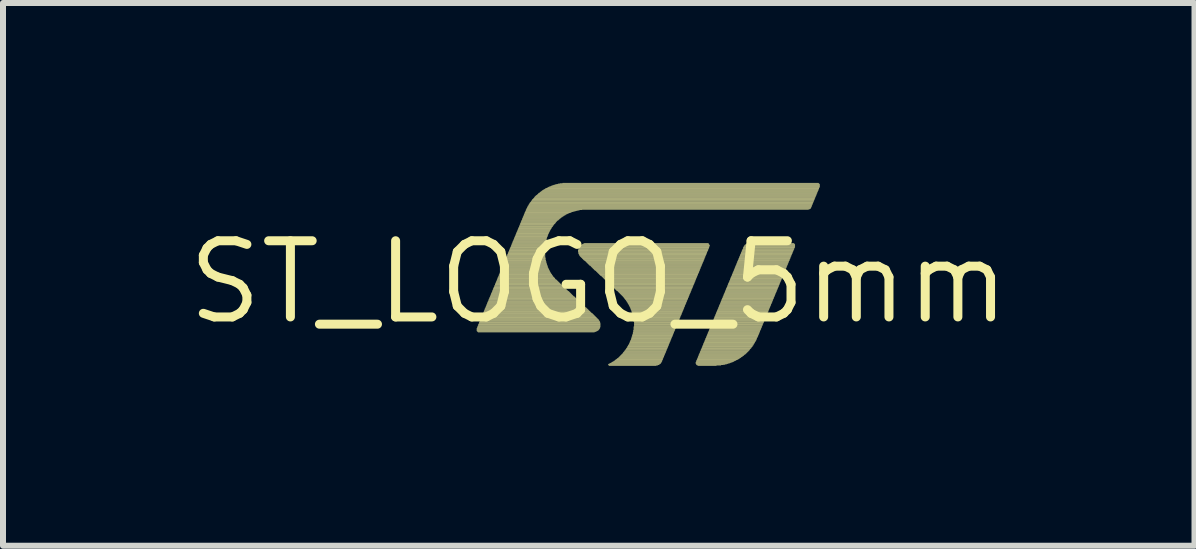
<source format=kicad_pcb>
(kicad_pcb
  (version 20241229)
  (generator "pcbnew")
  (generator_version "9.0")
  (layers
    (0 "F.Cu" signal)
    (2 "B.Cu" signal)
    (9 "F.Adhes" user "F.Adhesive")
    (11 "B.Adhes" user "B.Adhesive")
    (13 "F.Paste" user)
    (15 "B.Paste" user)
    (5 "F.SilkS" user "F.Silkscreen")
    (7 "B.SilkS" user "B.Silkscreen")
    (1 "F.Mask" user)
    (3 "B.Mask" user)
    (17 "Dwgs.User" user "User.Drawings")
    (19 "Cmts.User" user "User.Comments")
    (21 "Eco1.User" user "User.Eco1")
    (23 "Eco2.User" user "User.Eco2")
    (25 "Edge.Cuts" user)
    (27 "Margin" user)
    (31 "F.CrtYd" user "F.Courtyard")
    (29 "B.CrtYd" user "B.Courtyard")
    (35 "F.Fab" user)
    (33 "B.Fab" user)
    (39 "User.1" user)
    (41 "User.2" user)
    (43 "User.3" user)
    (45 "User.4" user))
  (footprint "ST_LOGO_5mm"
    (layer "F.Cu")
    (at 6.932 1.654)
    (property "Reference" "ST_LOGO_5mm" (at 0 0 0) (layer "F.SilkS") (effects (font (size 1.27 1.27) (thickness 0.15))))
    (attr through_hole)
    (fp_line (start -2.032 0.768) (end 0.019 0.768) (stroke (width 0.006) (type solid)) (layer "F.SilkS"))
    (fp_line (start -2.032 0.775) (end 0.013 0.775) (stroke (width 0.006) (type solid)) (layer "F.SilkS"))
    (fp_line (start -2.032 0.781) (end 0.006 0.781) (stroke (width 0.006) (type solid)) (layer "F.SilkS"))
    (fp_line (start -2.032 0.787) (end 0.006 0.787) (stroke (width 0.006) (type solid)) (layer "F.SilkS"))
    (fp_line (start -2.032 0.794) (end 0 0.794) (stroke (width 0.006) (type solid)) (layer "F.SilkS"))
    (fp_line (start -2.032 0.8) (end -0.006 0.8) (stroke (width 0.006) (type solid)) (layer "F.SilkS"))
    (fp_line (start -2.032 0.806) (end -0.013 0.806) (stroke (width 0.006) (type solid)) (layer "F.SilkS"))
    (fp_line (start -2.032 0.813) (end -0.025 0.813) (stroke (width 0.006) (type solid)) (layer "F.SilkS"))
    (fp_line (start -2.026 0.756) (end 0.019 0.756) (stroke (width 0.006) (type solid)) (layer "F.SilkS"))
    (fp_line (start -2.026 0.762) (end 0.019 0.762) (stroke (width 0.006) (type solid)) (layer "F.SilkS"))
    (fp_line (start -2.026 0.819) (end -0.038 0.819) (stroke (width 0.006) (type solid)) (layer "F.SilkS"))
    (fp_line (start -2.019 0.737) (end 0.025 0.737) (stroke (width 0.006) (type solid)) (layer "F.SilkS"))
    (fp_line (start -2.019 0.743) (end 0.025 0.743) (stroke (width 0.006) (type solid)) (layer "F.SilkS"))
    (fp_line (start -2.019 0.749) (end 0.025 0.749) (stroke (width 0.006) (type solid)) (layer "F.SilkS"))
    (fp_line (start -2.019 0.826) (end -0.051 0.826) (stroke (width 0.006) (type solid)) (layer "F.SilkS"))
    (fp_line (start -2.013 0.724) (end 0.025 0.724) (stroke (width 0.006) (type solid)) (layer "F.SilkS"))
    (fp_line (start -2.013 0.73) (end 0.025 0.73) (stroke (width 0.006) (type solid)) (layer "F.SilkS"))
    (fp_line (start -2.013 0.832) (end -0.07 0.832) (stroke (width 0.006) (type solid)) (layer "F.SilkS"))
    (fp_line (start -2.007 0.705) (end 0.025 0.705) (stroke (width 0.006) (type solid)) (layer "F.SilkS"))
    (fp_line (start -2.007 0.711) (end 0.025 0.711) (stroke (width 0.006) (type solid)) (layer "F.SilkS"))
    (fp_line (start -2.007 0.718) (end 0.025 0.718) (stroke (width 0.006) (type solid)) (layer "F.SilkS"))
    (fp_line (start -2 0.692) (end 0.025 0.692) (stroke (width 0.006) (type solid)) (layer "F.SilkS"))
    (fp_line (start -2 0.699) (end 0.025 0.699) (stroke (width 0.006) (type solid)) (layer "F.SilkS"))
    (fp_line (start -1.994 0.673) (end 0.019 0.673) (stroke (width 0.006) (type solid)) (layer "F.SilkS"))
    (fp_line (start -1.994 0.679) (end 0.025 0.679) (stroke (width 0.006) (type solid)) (layer "F.SilkS"))
    (fp_line (start -1.994 0.686) (end 0.025 0.686) (stroke (width 0.006) (type solid)) (layer "F.SilkS"))
    (fp_line (start -1.988 0.66) (end 0.019 0.66) (stroke (width 0.006) (type solid)) (layer "F.SilkS"))
    (fp_line (start -1.988 0.667) (end 0.019 0.667) (stroke (width 0.006) (type solid)) (layer "F.SilkS"))
    (fp_line (start -1.981 0.648) (end 0.013 0.648) (stroke (width 0.006) (type solid)) (layer "F.SilkS"))
    (fp_line (start -1.981 0.654) (end 0.013 0.654) (stroke (width 0.006) (type solid)) (layer "F.SilkS"))
    (fp_line (start -1.975 0.629) (end 0 0.629) (stroke (width 0.006) (type solid)) (layer "F.SilkS"))
    (fp_line (start -1.975 0.635) (end 0 0.635) (stroke (width 0.006) (type solid)) (layer "F.SilkS"))
    (fp_line (start -1.975 0.641) (end 0.006 0.641) (stroke (width 0.006) (type solid)) (layer "F.SilkS"))
    (fp_line (start -1.968 0.616) (end -0.013 0.616) (stroke (width 0.006) (type solid)) (layer "F.SilkS"))
    (fp_line (start -1.968 0.622) (end -0.006 0.622) (stroke (width 0.006) (type solid)) (layer "F.SilkS"))
    (fp_line (start -1.962 0.597) (end -0.032 0.597) (stroke (width 0.006) (type solid)) (layer "F.SilkS"))
    (fp_line (start -1.962 0.603) (end -0.025 0.603) (stroke (width 0.006) (type solid)) (layer "F.SilkS"))
    (fp_line (start -1.962 0.61) (end -0.019 0.61) (stroke (width 0.006) (type solid)) (layer "F.SilkS"))
    (fp_line (start -1.956 0.584) (end -0.044 0.584) (stroke (width 0.006) (type solid)) (layer "F.SilkS"))
    (fp_line (start -1.956 0.591) (end -0.038 0.591) (stroke (width 0.006) (type solid)) (layer "F.SilkS"))
    (fp_line (start -1.949 0.572) (end -0.057 0.572) (stroke (width 0.006) (type solid)) (layer "F.SilkS"))
    (fp_line (start -1.949 0.578) (end -0.051 0.578) (stroke (width 0.006) (type solid)) (layer "F.SilkS"))
    (fp_line (start -1.943 0.552) (end -0.076 0.552) (stroke (width 0.006) (type solid)) (layer "F.SilkS"))
    (fp_line (start -1.943 0.559) (end -0.07 0.559) (stroke (width 0.006) (type solid)) (layer "F.SilkS"))
    (fp_line (start -1.943 0.565) (end -0.064 0.565) (stroke (width 0.006) (type solid)) (layer "F.SilkS"))
    (fp_line (start -1.937 0.54) (end -0.089 0.54) (stroke (width 0.006) (type solid)) (layer "F.SilkS"))
    (fp_line (start -1.937 0.546) (end -0.083 0.546) (stroke (width 0.006) (type solid)) (layer "F.SilkS"))
    (fp_line (start -1.93 0.521) (end -0.108 0.521) (stroke (width 0.006) (type solid)) (layer "F.SilkS"))
    (fp_line (start -1.93 0.527) (end -0.102 0.527) (stroke (width 0.006) (type solid)) (layer "F.SilkS"))
    (fp_line (start -1.93 0.533) (end -0.095 0.533) (stroke (width 0.006) (type solid)) (layer "F.SilkS"))
    (fp_line (start -1.924 0.508) (end -0.127 0.508) (stroke (width 0.006) (type solid)) (layer "F.SilkS"))
    (fp_line (start -1.924 0.514) (end -0.121 0.514) (stroke (width 0.006) (type solid)) (layer "F.SilkS"))
    (fp_line (start -1.918 0.495) (end -0.14 0.495) (stroke (width 0.006) (type solid)) (layer "F.SilkS"))
    (fp_line (start -1.918 0.502) (end -0.133 0.502) (stroke (width 0.006) (type solid)) (layer "F.SilkS"))
    (fp_line (start -1.911 0.476) (end -0.159 0.476) (stroke (width 0.006) (type solid)) (layer "F.SilkS"))
    (fp_line (start -1.911 0.483) (end -0.152 0.483) (stroke (width 0.006) (type solid)) (layer "F.SilkS"))
    (fp_line (start -1.911 0.489) (end -0.146 0.489) (stroke (width 0.006) (type solid)) (layer "F.SilkS"))
    (fp_line (start -1.905 0.464) (end -0.171 0.464) (stroke (width 0.006) (type solid)) (layer "F.SilkS"))
    (fp_line (start -1.905 0.47) (end -0.165 0.47) (stroke (width 0.006) (type solid)) (layer "F.SilkS"))
    (fp_line (start -1.899 0.445) (end -0.191 0.445) (stroke (width 0.006) (type solid)) (layer "F.SilkS"))
    (fp_line (start -1.899 0.451) (end -0.184 0.451) (stroke (width 0.006) (type solid)) (layer "F.SilkS"))
    (fp_line (start -1.899 0.457) (end -0.178 0.457) (stroke (width 0.006) (type solid)) (layer "F.SilkS"))
    (fp_line (start -1.892 0.432) (end -0.203 0.432) (stroke (width 0.006) (type solid)) (layer "F.SilkS"))
    (fp_line (start -1.892 0.438) (end -0.197 0.438) (stroke (width 0.006) (type solid)) (layer "F.SilkS"))
    (fp_line (start -1.886 0.419) (end -0.222 0.419) (stroke (width 0.006) (type solid)) (layer "F.SilkS"))
    (fp_line (start -1.886 0.425) (end -0.21 0.425) (stroke (width 0.006) (type solid)) (layer "F.SilkS"))
    (fp_line (start -1.88 0.4) (end -0.241 0.4) (stroke (width 0.006) (type solid)) (layer "F.SilkS"))
    (fp_line (start -1.88 0.406) (end -0.235 0.406) (stroke (width 0.006) (type solid)) (layer "F.SilkS"))
    (fp_line (start -1.88 0.413) (end -0.229 0.413) (stroke (width 0.006) (type solid)) (layer "F.SilkS"))
    (fp_line (start -1.873 0.387) (end -0.254 0.387) (stroke (width 0.006) (type solid)) (layer "F.SilkS"))
    (fp_line (start -1.873 0.394) (end -0.248 0.394) (stroke (width 0.006) (type solid)) (layer "F.SilkS"))
    (fp_line (start -1.867 0.368) (end -0.273 0.368) (stroke (width 0.006) (type solid)) (layer "F.SilkS"))
    (fp_line (start -1.867 0.375) (end -0.267 0.375) (stroke (width 0.006) (type solid)) (layer "F.SilkS"))
    (fp_line (start -1.867 0.381) (end -0.26 0.381) (stroke (width 0.006) (type solid)) (layer "F.SilkS"))
    (fp_line (start -1.861 0.356) (end -0.286 0.356) (stroke (width 0.006) (type solid)) (layer "F.SilkS"))
    (fp_line (start -1.861 0.362) (end -0.279 0.362) (stroke (width 0.006) (type solid)) (layer "F.SilkS"))
    (fp_line (start -1.854 0.337) (end -0.305 0.337) (stroke (width 0.006) (type solid)) (layer "F.SilkS"))
    (fp_line (start -1.854 0.343) (end -0.298 0.343) (stroke (width 0.006) (type solid)) (layer "F.SilkS"))
    (fp_line (start -1.854 0.349) (end -0.292 0.349) (stroke (width 0.006) (type solid)) (layer "F.SilkS"))
    (fp_line (start -1.848 0.324) (end -0.324 0.324) (stroke (width 0.006) (type solid)) (layer "F.SilkS"))
    (fp_line (start -1.848 0.33) (end -0.318 0.33) (stroke (width 0.006) (type solid)) (layer "F.SilkS"))
    (fp_line (start -1.841 0.311) (end -0.337 0.311) (stroke (width 0.006) (type solid)) (layer "F.SilkS"))
    (fp_line (start -1.841 0.318) (end -0.33 0.318) (stroke (width 0.006) (type solid)) (layer "F.SilkS"))
    (fp_line (start -1.835 0.292) (end -0.356 0.292) (stroke (width 0.006) (type solid)) (layer "F.SilkS"))
    (fp_line (start -1.835 0.298) (end -0.349 0.298) (stroke (width 0.006) (type solid)) (layer "F.SilkS"))
    (fp_line (start -1.835 0.305) (end -0.343 0.305) (stroke (width 0.006) (type solid)) (layer "F.SilkS"))
    (fp_line (start -1.829 0.279) (end -0.368 0.279) (stroke (width 0.006) (type solid)) (layer "F.SilkS"))
    (fp_line (start -1.829 0.286) (end -0.362 0.286) (stroke (width 0.006) (type solid)) (layer "F.SilkS"))
    (fp_line (start -1.822 0.26) (end -0.387 0.26) (stroke (width 0.006) (type solid)) (layer "F.SilkS"))
    (fp_line (start -1.822 0.267) (end -0.381 0.267) (stroke (width 0.006) (type solid)) (layer "F.SilkS"))
    (fp_line (start -1.822 0.273) (end -0.375 0.273) (stroke (width 0.006) (type solid)) (layer "F.SilkS"))
    (fp_line (start -1.816 0.248) (end -0.4 0.248) (stroke (width 0.006) (type solid)) (layer "F.SilkS"))
    (fp_line (start -1.816 0.254) (end -0.394 0.254) (stroke (width 0.006) (type solid)) (layer "F.SilkS"))
    (fp_line (start -1.81 0.235) (end -0.419 0.235) (stroke (width 0.006) (type solid)) (layer "F.SilkS"))
    (fp_line (start -1.81 0.241) (end -0.406 0.241) (stroke (width 0.006) (type solid)) (layer "F.SilkS"))
    (fp_line (start -1.803 0.216) (end -0.438 0.216) (stroke (width 0.006) (type solid)) (layer "F.SilkS"))
    (fp_line (start -1.803 0.222) (end -0.432 0.222) (stroke (width 0.006) (type solid)) (layer "F.SilkS"))
    (fp_line (start -1.803 0.229) (end -0.425 0.229) (stroke (width 0.006) (type solid)) (layer "F.SilkS"))
    (fp_line (start -1.797 0.203) (end -0.451 0.203) (stroke (width 0.006) (type solid)) (layer "F.SilkS"))
    (fp_line (start -1.797 0.21) (end -0.445 0.21) (stroke (width 0.006) (type solid)) (layer "F.SilkS"))
    (fp_line (start -1.791 0.184) (end -0.47 0.184) (stroke (width 0.006) (type solid)) (layer "F.SilkS"))
    (fp_line (start -1.791 0.191) (end -0.464 0.191) (stroke (width 0.006) (type solid)) (layer "F.SilkS"))
    (fp_line (start -1.791 0.197) (end -0.457 0.197) (stroke (width 0.006) (type solid)) (layer "F.SilkS"))
    (fp_line (start -1.784 0.171) (end -0.483 0.171) (stroke (width 0.006) (type solid)) (layer "F.SilkS"))
    (fp_line (start -1.784 0.178) (end -0.476 0.178) (stroke (width 0.006) (type solid)) (layer "F.SilkS"))
    (fp_line (start -1.778 0.159) (end -0.495 0.159) (stroke (width 0.006) (type solid)) (layer "F.SilkS"))
    (fp_line (start -1.778 0.165) (end -0.489 0.165) (stroke (width 0.006) (type solid)) (layer "F.SilkS"))
    (fp_line (start -1.772 0.14) (end -0.521 0.14) (stroke (width 0.006) (type solid)) (layer "F.SilkS"))
    (fp_line (start -1.772 0.146) (end -0.514 0.146) (stroke (width 0.006) (type solid)) (layer "F.SilkS"))
    (fp_line (start -1.772 0.152) (end -0.502 0.152) (stroke (width 0.006) (type solid)) (layer "F.SilkS"))
    (fp_line (start -1.765 0.127) (end -0.533 0.127) (stroke (width 0.006) (type solid)) (layer "F.SilkS"))
    (fp_line (start -1.765 0.133) (end -0.527 0.133) (stroke (width 0.006) (type solid)) (layer "F.SilkS"))
    (fp_line (start -1.759 0.108) (end -0.552 0.108) (stroke (width 0.006) (type solid)) (layer "F.SilkS"))
    (fp_line (start -1.759 0.114) (end -0.546 0.114) (stroke (width 0.006) (type solid)) (layer "F.SilkS"))
    (fp_line (start -1.759 0.121) (end -0.54 0.121) (stroke (width 0.006) (type solid)) (layer "F.SilkS"))
    (fp_line (start -1.753 0.095) (end -0.565 0.095) (stroke (width 0.006) (type solid)) (layer "F.SilkS"))
    (fp_line (start -1.753 0.102) (end -0.559 0.102) (stroke (width 0.006) (type solid)) (layer "F.SilkS"))
    (fp_line (start -1.746 0.083) (end -0.578 0.083) (stroke (width 0.006) (type solid)) (layer "F.SilkS"))
    (fp_line (start -1.746 0.089) (end -0.572 0.089) (stroke (width 0.006) (type solid)) (layer "F.SilkS"))
    (fp_line (start -1.74 0.064) (end -0.597 0.064) (stroke (width 0.006) (type solid)) (layer "F.SilkS"))
    (fp_line (start -1.74 0.07) (end -0.591 0.07) (stroke (width 0.006) (type solid)) (layer "F.SilkS"))
    (fp_line (start -1.74 0.076) (end -0.584 0.076) (stroke (width 0.006) (type solid)) (layer "F.SilkS"))
    (fp_line (start -1.734 0.051) (end -0.616 0.051) (stroke (width 0.006) (type solid)) (layer "F.SilkS"))
    (fp_line (start -1.734 0.057) (end -0.603 0.057) (stroke (width 0.006) (type solid)) (layer "F.SilkS"))
    (fp_line (start -1.727 0.032) (end -0.635 0.032) (stroke (width 0.006) (type solid)) (layer "F.SilkS"))
    (fp_line (start -1.727 0.038) (end -0.629 0.038) (stroke (width 0.006) (type solid)) (layer "F.SilkS"))
    (fp_line (start -1.727 0.044) (end -0.622 0.044) (stroke (width 0.006) (type solid)) (layer "F.SilkS"))
    (fp_line (start -1.721 0.019) (end -0.648 0.019) (stroke (width 0.006) (type solid)) (layer "F.SilkS"))
    (fp_line (start -1.721 0.025) (end -0.641 0.025) (stroke (width 0.006) (type solid)) (layer "F.SilkS"))
    (fp_line (start -1.714 0) (end -0.667 0) (stroke (width 0.006) (type solid)) (layer "F.SilkS"))
    (fp_line (start -1.714 0.006) (end -0.66 0.006) (stroke (width 0.006) (type solid)) (layer "F.SilkS"))
    (fp_line (start -1.714 0.013) (end -0.654 0.013) (stroke (width 0.006) (type solid)) (layer "F.SilkS"))
    (fp_line (start -1.708 -0.013) (end -0.679 -0.013) (stroke (width 0.006) (type solid)) (layer "F.SilkS"))
    (fp_line (start -1.708 -0.006) (end -0.673 -0.006) (stroke (width 0.006) (type solid)) (layer "F.SilkS"))
    (fp_line (start -1.702 -0.025) (end -0.692 -0.025) (stroke (width 0.006) (type solid)) (layer "F.SilkS"))
    (fp_line (start -1.702 -0.019) (end -0.686 -0.019) (stroke (width 0.006) (type solid)) (layer "F.SilkS"))
    (fp_line (start -1.695 -0.044) (end -0.718 -0.044) (stroke (width 0.006) (type solid)) (layer "F.SilkS"))
    (fp_line (start -1.695 -0.038) (end -0.705 -0.038) (stroke (width 0.006) (type solid)) (layer "F.SilkS"))
    (fp_line (start -1.695 -0.032) (end -0.699 -0.032) (stroke (width 0.006) (type solid)) (layer "F.SilkS"))
    (fp_line (start -1.689 -0.057) (end -0.73 -0.057) (stroke (width 0.006) (type solid)) (layer "F.SilkS"))
    (fp_line (start -1.689 -0.051) (end -0.724 -0.051) (stroke (width 0.006) (type solid)) (layer "F.SilkS"))
    (fp_line (start -1.683 -0.076) (end -0.743 -0.076) (stroke (width 0.006) (type solid)) (layer "F.SilkS"))
    (fp_line (start -1.683 -0.07) (end -0.737 -0.07) (stroke (width 0.006) (type solid)) (layer "F.SilkS"))
    (fp_line (start -1.683 -0.064) (end -0.73 -0.064) (stroke (width 0.006) (type solid)) (layer "F.SilkS"))
    (fp_line (start -1.676 -0.089) (end -0.756 -0.089) (stroke (width 0.006) (type solid)) (layer "F.SilkS"))
    (fp_line (start -1.676 -0.083) (end -0.749 -0.083) (stroke (width 0.006) (type solid)) (layer "F.SilkS"))
    (fp_line (start -1.67 -0.102) (end -0.768 -0.102) (stroke (width 0.006) (type solid)) (layer "F.SilkS"))
    (fp_line (start -1.67 -0.095) (end -0.762 -0.095) (stroke (width 0.006) (type solid)) (layer "F.SilkS"))
    (fp_line (start -1.664 -0.121) (end -0.781 -0.121) (stroke (width 0.006) (type solid)) (layer "F.SilkS"))
    (fp_line (start -1.664 -0.114) (end -0.775 -0.114) (stroke (width 0.006) (type solid)) (layer "F.SilkS"))
    (fp_line (start -1.664 -0.108) (end -0.768 -0.108) (stroke (width 0.006) (type solid)) (layer "F.SilkS"))
    (fp_line (start -1.657 -0.133) (end -0.787 -0.133) (stroke (width 0.006) (type solid)) (layer "F.SilkS"))
    (fp_line (start -1.657 -0.127) (end -0.781 -0.127) (stroke (width 0.006) (type solid)) (layer "F.SilkS"))
    (fp_line (start -1.651 -0.152) (end -0.8 -0.152) (stroke (width 0.006) (type solid)) (layer "F.SilkS"))
    (fp_line (start -1.651 -0.146) (end -0.794 -0.146) (stroke (width 0.006) (type solid)) (layer "F.SilkS"))
    (fp_line (start -1.651 -0.14) (end -0.794 -0.14) (stroke (width 0.006) (type solid)) (layer "F.SilkS"))
    (fp_line (start -1.645 -0.165) (end -0.806 -0.165) (stroke (width 0.006) (type solid)) (layer "F.SilkS"))
    (fp_line (start -1.645 -0.159) (end -0.806 -0.159) (stroke (width 0.006) (type solid)) (layer "F.SilkS"))
    (fp_line (start -1.638 -0.178) (end -0.813 -0.178) (stroke (width 0.006) (type solid)) (layer "F.SilkS"))
    (fp_line (start -1.638 -0.171) (end -0.813 -0.171) (stroke (width 0.006) (type solid)) (layer "F.SilkS"))
    (fp_line (start -1.632 -0.197) (end -0.826 -0.197) (stroke (width 0.006) (type solid)) (layer "F.SilkS"))
    (fp_line (start -1.632 -0.191) (end -0.819 -0.191) (stroke (width 0.006) (type solid)) (layer "F.SilkS"))
    (fp_line (start -1.632 -0.184) (end -0.819 -0.184) (stroke (width 0.006) (type solid)) (layer "F.SilkS"))
    (fp_line (start -1.626 -0.21) (end -0.832 -0.21) (stroke (width 0.006) (type solid)) (layer "F.SilkS"))
    (fp_line (start -1.626 -0.203) (end -0.826 -0.203) (stroke (width 0.006) (type solid)) (layer "F.SilkS"))
    (fp_line (start -1.619 -0.229) (end -0.838 -0.229) (stroke (width 0.006) (type solid)) (layer "F.SilkS"))
    (fp_line (start -1.619 -0.222) (end -0.838 -0.222) (stroke (width 0.006) (type solid)) (layer "F.SilkS"))
    (fp_line (start -1.619 -0.216) (end -0.832 -0.216) (stroke (width 0.006) (type solid)) (layer "F.SilkS"))
    (fp_line (start -1.613 -0.241) (end -0.845 -0.241) (stroke (width 0.006) (type solid)) (layer "F.SilkS"))
    (fp_line (start -1.613 -0.235) (end -0.845 -0.235) (stroke (width 0.006) (type solid)) (layer "F.SilkS"))
    (fp_line (start -1.607 -0.254) (end -0.851 -0.254) (stroke (width 0.006) (type solid)) (layer "F.SilkS"))
    (fp_line (start -1.607 -0.248) (end -0.851 -0.248) (stroke (width 0.006) (type solid)) (layer "F.SilkS"))
    (fp_line (start -1.6 -0.273) (end -0.857 -0.273) (stroke (width 0.006) (type solid)) (layer "F.SilkS"))
    (fp_line (start -1.6 -0.267) (end -0.857 -0.267) (stroke (width 0.006) (type solid)) (layer "F.SilkS"))
    (fp_line (start -1.6 -0.26) (end -0.851 -0.26) (stroke (width 0.006) (type solid)) (layer "F.SilkS"))
    (fp_line (start -1.594 -0.286) (end -0.864 -0.286) (stroke (width 0.006) (type solid)) (layer "F.SilkS"))
    (fp_line (start -1.594 -0.279) (end -0.857 -0.279) (stroke (width 0.006) (type solid)) (layer "F.SilkS"))
    (fp_line (start -1.587 -0.305) (end -0.87 -0.305) (stroke (width 0.006) (type solid)) (layer "F.SilkS"))
    (fp_line (start -1.587 -0.298) (end -0.864 -0.298) (stroke (width 0.006) (type solid)) (layer "F.SilkS"))
    (fp_line (start -1.587 -0.292) (end -0.864 -0.292) (stroke (width 0.006) (type solid)) (layer "F.SilkS"))
    (fp_line (start -1.581 -0.318) (end -0.87 -0.318) (stroke (width 0.006) (type solid)) (layer "F.SilkS"))
    (fp_line (start -1.581 -0.311) (end -0.87 -0.311) (stroke (width 0.006) (type solid)) (layer "F.SilkS"))
    (fp_line (start -1.575 -0.337) (end -0.876 -0.337) (stroke (width 0.006) (type solid)) (layer "F.SilkS"))
    (fp_line (start -1.575 -0.33) (end -0.876 -0.33) (stroke (width 0.006) (type solid)) (layer "F.SilkS"))
    (fp_line (start -1.575 -0.324) (end -0.876 -0.324) (stroke (width 0.006) (type solid)) (layer "F.SilkS"))
    (fp_line (start -1.568 -0.349) (end -0.883 -0.349) (stroke (width 0.006) (type solid)) (layer "F.SilkS"))
    (fp_line (start -1.568 -0.343) (end -0.876 -0.343) (stroke (width 0.006) (type solid)) (layer "F.SilkS"))
    (fp_line (start -1.562 -0.362) (end -0.883 -0.362) (stroke (width 0.006) (type solid)) (layer "F.SilkS"))
    (fp_line (start -1.562 -0.356) (end -0.883 -0.356) (stroke (width 0.006) (type solid)) (layer "F.SilkS"))
    (fp_line (start -1.556 -0.381) (end -0.889 -0.381) (stroke (width 0.006) (type solid)) (layer "F.SilkS"))
    (fp_line (start -1.556 -0.375) (end -0.889 -0.375) (stroke (width 0.006) (type solid)) (layer "F.SilkS"))
    (fp_line (start -1.556 -0.368) (end -0.883 -0.368) (stroke (width 0.006) (type solid)) (layer "F.SilkS"))
    (fp_line (start -1.549 -0.394) (end -0.889 -0.394) (stroke (width 0.006) (type solid)) (layer "F.SilkS"))
    (fp_line (start -1.549 -0.387) (end -0.889 -0.387) (stroke (width 0.006) (type solid)) (layer "F.SilkS"))
    (fp_line (start -1.543 -0.413) (end -0.895 -0.413) (stroke (width 0.006) (type solid)) (layer "F.SilkS"))
    (fp_line (start -1.543 -0.406) (end -0.889 -0.406) (stroke (width 0.006) (type solid)) (layer "F.SilkS"))
    (fp_line (start -1.543 -0.4) (end -0.889 -0.4) (stroke (width 0.006) (type solid)) (layer "F.SilkS"))
    (fp_line (start -1.537 -0.425) (end -0.895 -0.425) (stroke (width 0.006) (type solid)) (layer "F.SilkS"))
    (fp_line (start -1.537 -0.419) (end -0.895 -0.419) (stroke (width 0.006) (type solid)) (layer "F.SilkS"))
    (fp_line (start -1.53 -0.438) (end -0.895 -0.438) (stroke (width 0.006) (type solid)) (layer "F.SilkS"))
    (fp_line (start -1.53 -0.432) (end -0.895 -0.432) (stroke (width 0.006) (type solid)) (layer "F.SilkS"))
    (fp_line (start -1.524 -0.457) (end -0.895 -0.457) (stroke (width 0.006) (type solid)) (layer "F.SilkS"))
    (fp_line (start -1.524 -0.451) (end -0.895 -0.451) (stroke (width 0.006) (type solid)) (layer "F.SilkS"))
    (fp_line (start -1.524 -0.445) (end -0.895 -0.445) (stroke (width 0.006) (type solid)) (layer "F.SilkS"))
    (fp_line (start -1.518 -0.47) (end -0.895 -0.47) (stroke (width 0.006) (type solid)) (layer "F.SilkS"))
    (fp_line (start -1.518 -0.464) (end -0.895 -0.464) (stroke (width 0.006) (type solid)) (layer "F.SilkS"))
    (fp_line (start -1.511 -0.489) (end -0.902 -0.489) (stroke (width 0.006) (type solid)) (layer "F.SilkS"))
    (fp_line (start -1.511 -0.483) (end -0.902 -0.483) (stroke (width 0.006) (type solid)) (layer "F.SilkS"))
    (fp_line (start -1.511 -0.476) (end -0.902 -0.476) (stroke (width 0.006) (type solid)) (layer "F.SilkS"))
    (fp_line (start -1.505 -0.502) (end -0.902 -0.502) (stroke (width 0.006) (type solid)) (layer "F.SilkS"))
    (fp_line (start -1.505 -0.495) (end -0.902 -0.495) (stroke (width 0.006) (type solid)) (layer "F.SilkS"))
    (fp_line (start -1.499 -0.514) (end -0.902 -0.514) (stroke (width 0.006) (type solid)) (layer "F.SilkS"))
    (fp_line (start -1.499 -0.508) (end -0.902 -0.508) (stroke (width 0.006) (type solid)) (layer "F.SilkS"))
    (fp_line (start -1.492 -0.533) (end -0.902 -0.533) (stroke (width 0.006) (type solid)) (layer "F.SilkS"))
    (fp_line (start -1.492 -0.527) (end -0.902 -0.527) (stroke (width 0.006) (type solid)) (layer "F.SilkS"))
    (fp_line (start -1.492 -0.521) (end -0.902 -0.521) (stroke (width 0.006) (type solid)) (layer "F.SilkS"))
    (fp_line (start -1.486 -0.546) (end -0.902 -0.546) (stroke (width 0.006) (type solid)) (layer "F.SilkS"))
    (fp_line (start -1.486 -0.54) (end -0.902 -0.54) (stroke (width 0.006) (type solid)) (layer "F.SilkS"))
    (fp_line (start -1.48 -0.565) (end -0.895 -0.565) (stroke (width 0.006) (type solid)) (layer "F.SilkS"))
    (fp_line (start -1.48 -0.559) (end -0.895 -0.559) (stroke (width 0.006) (type solid)) (layer "F.SilkS"))
    (fp_line (start -1.48 -0.552) (end -0.902 -0.552) (stroke (width 0.006) (type solid)) (layer "F.SilkS"))
    (fp_line (start -1.473 -0.578) (end -0.895 -0.578) (stroke (width 0.006) (type solid)) (layer "F.SilkS"))
    (fp_line (start -1.473 -0.572) (end -0.895 -0.572) (stroke (width 0.006) (type solid)) (layer "F.SilkS"))
    (fp_line (start -1.467 -0.591) (end -0.895 -0.591) (stroke (width 0.006) (type solid)) (layer "F.SilkS"))
    (fp_line (start -1.467 -0.584) (end -0.895 -0.584) (stroke (width 0.006) (type solid)) (layer "F.SilkS"))
    (fp_line (start -1.46 -0.61) (end -0.895 -0.61) (stroke (width 0.006) (type solid)) (layer "F.SilkS"))
    (fp_line (start -1.46 -0.603) (end -0.895 -0.603) (stroke (width 0.006) (type solid)) (layer "F.SilkS"))
    (fp_line (start -1.46 -0.597) (end -0.895 -0.597) (stroke (width 0.006) (type solid)) (layer "F.SilkS"))
    (fp_line (start -1.454 -0.622) (end -0.889 -0.622) (stroke (width 0.006) (type solid)) (layer "F.SilkS"))
    (fp_line (start -1.454 -0.616) (end -0.895 -0.616) (stroke (width 0.006) (type solid)) (layer "F.SilkS"))
    (fp_line (start -1.448 -0.641) (end -0.889 -0.641) (stroke (width 0.006) (type solid)) (layer "F.SilkS"))
    (fp_line (start -1.448 -0.635) (end -0.889 -0.635) (stroke (width 0.006) (type solid)) (layer "F.SilkS"))
    (fp_line (start -1.448 -0.629) (end -0.889 -0.629) (stroke (width 0.006) (type solid)) (layer "F.SilkS"))
    (fp_line (start -1.441 -0.654) (end -0.889 -0.654) (stroke (width 0.006) (type solid)) (layer "F.SilkS"))
    (fp_line (start -1.441 -0.648) (end -0.889 -0.648) (stroke (width 0.006) (type solid)) (layer "F.SilkS"))
    (fp_line (start -1.435 -0.673) (end -0.883 -0.673) (stroke (width 0.006) (type solid)) (layer "F.SilkS"))
    (fp_line (start -1.435 -0.667) (end -0.883 -0.667) (stroke (width 0.006) (type solid)) (layer "F.SilkS"))
    (fp_line (start -1.435 -0.66) (end -0.883 -0.66) (stroke (width 0.006) (type solid)) (layer "F.SilkS"))
    (fp_line (start -1.429 -0.686) (end -0.876 -0.686) (stroke (width 0.006) (type solid)) (layer "F.SilkS"))
    (fp_line (start -1.429 -0.679) (end -0.883 -0.679) (stroke (width 0.006) (type solid)) (layer "F.SilkS"))
    (fp_line (start -1.422 -0.699) (end -0.876 -0.699) (stroke (width 0.006) (type solid)) (layer "F.SilkS"))
    (fp_line (start -1.422 -0.692) (end -0.876 -0.692) (stroke (width 0.006) (type solid)) (layer "F.SilkS"))
    (fp_line (start -1.416 -0.718) (end -0.87 -0.718) (stroke (width 0.006) (type solid)) (layer "F.SilkS"))
    (fp_line (start -1.416 -0.711) (end -0.87 -0.711) (stroke (width 0.006) (type solid)) (layer "F.SilkS"))
    (fp_line (start -1.416 -0.705) (end -0.876 -0.705) (stroke (width 0.006) (type solid)) (layer "F.SilkS"))
    (fp_line (start -1.41 -0.73) (end -0.87 -0.73) (stroke (width 0.006) (type solid)) (layer "F.SilkS"))
    (fp_line (start -1.41 -0.724) (end -0.87 -0.724) (stroke (width 0.006) (type solid)) (layer "F.SilkS"))
    (fp_line (start -1.403 -0.749) (end -0.864 -0.749) (stroke (width 0.006) (type solid)) (layer "F.SilkS"))
    (fp_line (start -1.403 -0.743) (end -0.864 -0.743) (stroke (width 0.006) (type solid)) (layer "F.SilkS"))
    (fp_line (start -1.403 -0.737) (end -0.864 -0.737) (stroke (width 0.006) (type solid)) (layer "F.SilkS"))
    (fp_line (start -1.397 -0.762) (end -0.857 -0.762) (stroke (width 0.006) (type solid)) (layer "F.SilkS"))
    (fp_line (start -1.397 -0.756) (end -0.857 -0.756) (stroke (width 0.006) (type solid)) (layer "F.SilkS"))
    (fp_line (start -1.391 -0.775) (end -0.851 -0.775) (stroke (width 0.006) (type solid)) (layer "F.SilkS"))
    (fp_line (start -1.391 -0.768) (end -0.857 -0.768) (stroke (width 0.006) (type solid)) (layer "F.SilkS"))
    (fp_line (start -1.384 -0.794) (end -0.845 -0.794) (stroke (width 0.006) (type solid)) (layer "F.SilkS"))
    (fp_line (start -1.384 -0.787) (end -0.845 -0.787) (stroke (width 0.006) (type solid)) (layer "F.SilkS"))
    (fp_line (start -1.384 -0.781) (end -0.851 -0.781) (stroke (width 0.006) (type solid)) (layer "F.SilkS"))
    (fp_line (start -1.378 -0.806) (end -0.838 -0.806) (stroke (width 0.006) (type solid)) (layer "F.SilkS"))
    (fp_line (start -1.378 -0.8) (end -0.845 -0.8) (stroke (width 0.006) (type solid)) (layer "F.SilkS"))
    (fp_line (start -1.372 -0.826) (end -0.832 -0.826) (stroke (width 0.006) (type solid)) (layer "F.SilkS"))
    (fp_line (start -1.372 -0.819) (end -0.832 -0.819) (stroke (width 0.006) (type solid)) (layer "F.SilkS"))
    (fp_line (start -1.372 -0.813) (end -0.838 -0.813) (stroke (width 0.006) (type solid)) (layer "F.SilkS"))
    (fp_line (start -1.365 -0.838) (end -0.826 -0.838) (stroke (width 0.006) (type solid)) (layer "F.SilkS"))
    (fp_line (start -1.365 -0.832) (end -0.826 -0.832) (stroke (width 0.006) (type solid)) (layer "F.SilkS"))
    (fp_line (start -1.359 -0.851) (end -0.819 -0.851) (stroke (width 0.006) (type solid)) (layer "F.SilkS"))
    (fp_line (start -1.359 -0.845) (end -0.819 -0.845) (stroke (width 0.006) (type solid)) (layer "F.SilkS"))
    (fp_line (start -1.353 -0.87) (end -0.806 -0.87) (stroke (width 0.006) (type solid)) (layer "F.SilkS"))
    (fp_line (start -1.353 -0.864) (end -0.813 -0.864) (stroke (width 0.006) (type solid)) (layer "F.SilkS"))
    (fp_line (start -1.353 -0.857) (end -0.813 -0.857) (stroke (width 0.006) (type solid)) (layer "F.SilkS"))
    (fp_line (start -1.346 -0.883) (end -0.8 -0.883) (stroke (width 0.006) (type solid)) (layer "F.SilkS"))
    (fp_line (start -1.346 -0.876) (end -0.806 -0.876) (stroke (width 0.006) (type solid)) (layer "F.SilkS"))
    (fp_line (start -1.34 -0.902) (end -0.787 -0.902) (stroke (width 0.006) (type solid)) (layer "F.SilkS"))
    (fp_line (start -1.34 -0.895) (end -0.794 -0.895) (stroke (width 0.006) (type solid)) (layer "F.SilkS"))
    (fp_line (start -1.34 -0.889) (end -0.794 -0.889) (stroke (width 0.006) (type solid)) (layer "F.SilkS"))
    (fp_line (start -1.333 -0.914) (end -0.781 -0.914) (stroke (width 0.006) (type solid)) (layer "F.SilkS"))
    (fp_line (start -1.333 -0.908) (end -0.787 -0.908) (stroke (width 0.006) (type solid)) (layer "F.SilkS"))
    (fp_line (start -1.327 -0.927) (end -0.768 -0.927) (stroke (width 0.006) (type solid)) (layer "F.SilkS"))
    (fp_line (start -1.327 -0.921) (end -0.775 -0.921) (stroke (width 0.006) (type solid)) (layer "F.SilkS"))
    (fp_line (start -1.321 -0.946) (end -0.756 -0.946) (stroke (width 0.006) (type solid)) (layer "F.SilkS"))
    (fp_line (start -1.321 -0.94) (end -0.762 -0.94) (stroke (width 0.006) (type solid)) (layer "F.SilkS"))
    (fp_line (start -1.321 -0.933) (end -0.768 -0.933) (stroke (width 0.006) (type solid)) (layer "F.SilkS"))
    (fp_line (start -1.314 -0.959) (end -0.749 -0.959) (stroke (width 0.006) (type solid)) (layer "F.SilkS"))
    (fp_line (start -1.314 -0.953) (end -0.756 -0.953) (stroke (width 0.006) (type solid)) (layer "F.SilkS"))
    (fp_line (start -1.308 -0.978) (end -0.73 -0.978) (stroke (width 0.006) (type solid)) (layer "F.SilkS"))
    (fp_line (start -1.308 -0.972) (end -0.737 -0.972) (stroke (width 0.006) (type solid)) (layer "F.SilkS"))
    (fp_line (start -1.308 -0.965) (end -0.743 -0.965) (stroke (width 0.006) (type solid)) (layer "F.SilkS"))
    (fp_line (start -1.302 -0.991) (end -0.718 -0.991) (stroke (width 0.006) (type solid)) (layer "F.SilkS"))
    (fp_line (start -1.302 -0.984) (end -0.724 -0.984) (stroke (width 0.006) (type solid)) (layer "F.SilkS"))
    (fp_line (start -1.295 -1.01) (end -0.705 -1.01) (stroke (width 0.006) (type solid)) (layer "F.SilkS"))
    (fp_line (start -1.295 -1.003) (end -0.711 -1.003) (stroke (width 0.006) (type solid)) (layer "F.SilkS"))
    (fp_line (start -1.295 -0.997) (end -0.718 -0.997) (stroke (width 0.006) (type solid)) (layer "F.SilkS"))
    (fp_line (start -1.289 -1.022) (end -0.692 -1.022) (stroke (width 0.006) (type solid)) (layer "F.SilkS"))
    (fp_line (start -1.289 -1.016) (end -0.699 -1.016) (stroke (width 0.006) (type solid)) (layer "F.SilkS"))
    (fp_line (start -1.283 -1.035) (end -0.673 -1.035) (stroke (width 0.006) (type solid)) (layer "F.SilkS"))
    (fp_line (start -1.283 -1.029) (end -0.686 -1.029) (stroke (width 0.006) (type solid)) (layer "F.SilkS"))
    (fp_line (start -1.276 -1.054) (end -0.654 -1.054) (stroke (width 0.006) (type solid)) (layer "F.SilkS"))
    (fp_line (start -1.276 -1.048) (end -0.66 -1.048) (stroke (width 0.006) (type solid)) (layer "F.SilkS"))
    (fp_line (start -1.276 -1.041) (end -0.667 -1.041) (stroke (width 0.006) (type solid)) (layer "F.SilkS"))
    (fp_line (start -1.27 -1.067) (end -0.635 -1.067) (stroke (width 0.006) (type solid)) (layer "F.SilkS"))
    (fp_line (start -1.27 -1.06) (end -0.648 -1.06) (stroke (width 0.006) (type solid)) (layer "F.SilkS"))
    (fp_line (start -1.264 -1.086) (end -0.61 -1.086) (stroke (width 0.006) (type solid)) (layer "F.SilkS"))
    (fp_line (start -1.264 -1.079) (end -0.622 -1.079) (stroke (width 0.006) (type solid)) (layer "F.SilkS"))
    (fp_line (start -1.264 -1.073) (end -0.629 -1.073) (stroke (width 0.006) (type solid)) (layer "F.SilkS"))
    (fp_line (start -1.257 -1.099) (end -0.591 -1.099) (stroke (width 0.006) (type solid)) (layer "F.SilkS"))
    (fp_line (start -1.257 -1.092) (end -0.603 -1.092) (stroke (width 0.006) (type solid)) (layer "F.SilkS"))
    (fp_line (start -1.251 -1.111) (end -0.572 -1.111) (stroke (width 0.006) (type solid)) (layer "F.SilkS"))
    (fp_line (start -1.251 -1.105) (end -0.584 -1.105) (stroke (width 0.006) (type solid)) (layer "F.SilkS"))
    (fp_line (start -1.245 -1.13) (end -0.54 -1.13) (stroke (width 0.006) (type solid)) (layer "F.SilkS"))
    (fp_line (start -1.245 -1.124) (end -0.552 -1.124) (stroke (width 0.006) (type solid)) (layer "F.SilkS"))
    (fp_line (start -1.245 -1.118) (end -0.559 -1.118) (stroke (width 0.006) (type solid)) (layer "F.SilkS"))
    (fp_line (start -1.238 -1.143) (end -0.514 -1.143) (stroke (width 0.006) (type solid)) (layer "F.SilkS"))
    (fp_line (start -1.238 -1.137) (end -0.527 -1.137) (stroke (width 0.006) (type solid)) (layer "F.SilkS"))
    (fp_line (start -1.232 -1.162) (end -0.464 -1.162) (stroke (width 0.006) (type solid)) (layer "F.SilkS"))
    (fp_line (start -1.232 -1.156) (end -0.483 -1.156) (stroke (width 0.006) (type solid)) (layer "F.SilkS"))
    (fp_line (start -1.232 -1.149) (end -0.495 -1.149) (stroke (width 0.006) (type solid)) (layer "F.SilkS"))
    (fp_line (start -1.226 -1.175) (end -0.432 -1.175) (stroke (width 0.006) (type solid)) (layer "F.SilkS"))
    (fp_line (start -1.226 -1.168) (end -0.451 -1.168) (stroke (width 0.006) (type solid)) (layer "F.SilkS"))
    (fp_line (start -1.219 -1.187) (end -0.381 -1.187) (stroke (width 0.006) (type solid)) (layer "F.SilkS"))
    (fp_line (start -1.219 -1.181) (end -0.406 -1.181) (stroke (width 0.006) (type solid)) (layer "F.SilkS"))
    (fp_line (start -1.213 -1.206) (end -0.279 -1.206) (stroke (width 0.006) (type solid)) (layer "F.SilkS"))
    (fp_line (start -1.213 -1.2) (end -0.324 -1.2) (stroke (width 0.006) (type solid)) (layer "F.SilkS"))
    (fp_line (start -1.213 -1.194) (end -0.356 -1.194) (stroke (width 0.006) (type solid)) (layer "F.SilkS"))
    (fp_line (start -1.206 -1.219) (end 3.518 -1.219) (stroke (width 0.006) (type solid)) (layer "F.SilkS"))
    (fp_line (start -1.206 -1.213) (end 3.499 -1.213) (stroke (width 0.006) (type solid)) (layer "F.SilkS"))
    (fp_line (start -1.2 -1.232) (end 3.531 -1.232) (stroke (width 0.006) (type solid)) (layer "F.SilkS"))
    (fp_line (start -1.2 -1.226) (end 3.531 -1.226) (stroke (width 0.006) (type solid)) (layer "F.SilkS"))
    (fp_line (start -1.194 -1.245) (end 3.537 -1.245) (stroke (width 0.006) (type solid)) (layer "F.SilkS"))
    (fp_line (start -1.194 -1.238) (end 3.537 -1.238) (stroke (width 0.006) (type solid)) (layer "F.SilkS"))
    (fp_line (start -1.187 -1.257) (end 3.543 -1.257) (stroke (width 0.006) (type solid)) (layer "F.SilkS"))
    (fp_line (start -1.187 -1.251) (end 3.543 -1.251) (stroke (width 0.006) (type solid)) (layer "F.SilkS"))
    (fp_line (start -1.181 -1.27) (end 3.55 -1.27) (stroke (width 0.006) (type solid)) (layer "F.SilkS"))
    (fp_line (start -1.181 -1.264) (end 3.55 -1.264) (stroke (width 0.006) (type solid)) (layer "F.SilkS"))
    (fp_line (start -1.175 -1.276) (end 3.55 -1.276) (stroke (width 0.006) (type solid)) (layer "F.SilkS"))
    (fp_line (start -1.168 -1.289) (end 3.556 -1.289) (stroke (width 0.006) (type solid)) (layer "F.SilkS"))
    (fp_line (start -1.168 -1.283) (end 3.556 -1.283) (stroke (width 0.006) (type solid)) (layer "F.SilkS"))
    (fp_line (start -1.162 -1.302) (end 3.562 -1.302) (stroke (width 0.006) (type solid)) (layer "F.SilkS"))
    (fp_line (start -1.162 -1.295) (end 3.562 -1.295) (stroke (width 0.006) (type solid)) (layer "F.SilkS"))
    (fp_line (start -1.156 -1.308) (end 3.562 -1.308) (stroke (width 0.006) (type solid)) (layer "F.SilkS"))
    (fp_line (start -1.149 -1.321) (end 3.569 -1.321) (stroke (width 0.006) (type solid)) (layer "F.SilkS"))
    (fp_line (start -1.149 -1.314) (end 3.569 -1.314) (stroke (width 0.006) (type solid)) (layer "F.SilkS"))
    (fp_line (start -1.143 -1.327) (end 3.575 -1.327) (stroke (width 0.006) (type solid)) (layer "F.SilkS"))
    (fp_line (start -1.137 -1.333) (end 3.575 -1.333) (stroke (width 0.006) (type solid)) (layer "F.SilkS"))
    (fp_line (start -1.13 -1.346) (end 3.581 -1.346) (stroke (width 0.006) (type solid)) (layer "F.SilkS"))
    (fp_line (start -1.13 -1.34) (end 3.581 -1.34) (stroke (width 0.006) (type solid)) (layer "F.SilkS"))
    (fp_line (start -1.124 -1.353) (end 3.581 -1.353) (stroke (width 0.006) (type solid)) (layer "F.SilkS"))
    (fp_line (start -1.118 -1.359) (end 3.588 -1.359) (stroke (width 0.006) (type solid)) (layer "F.SilkS"))
    (fp_line (start -1.111 -1.372) (end 3.594 -1.372) (stroke (width 0.006) (type solid)) (layer "F.SilkS"))
    (fp_line (start -1.111 -1.365) (end 3.588 -1.365) (stroke (width 0.006) (type solid)) (layer "F.SilkS"))
    (fp_line (start -1.105 -1.378) (end 3.594 -1.378) (stroke (width 0.006) (type solid)) (layer "F.SilkS"))
    (fp_line (start -1.099 -1.384) (end 3.594 -1.384) (stroke (width 0.006) (type solid)) (layer "F.SilkS"))
    (fp_line (start -1.092 -1.391) (end 3.6 -1.391) (stroke (width 0.006) (type solid)) (layer "F.SilkS"))
    (fp_line (start -1.086 -1.397) (end 3.6 -1.397) (stroke (width 0.006) (type solid)) (layer "F.SilkS"))
    (fp_line (start -1.079 -1.403) (end 3.607 -1.403) (stroke (width 0.006) (type solid)) (layer "F.SilkS"))
    (fp_line (start -1.073 -1.416) (end 3.607 -1.416) (stroke (width 0.006) (type solid)) (layer "F.SilkS"))
    (fp_line (start -1.073 -1.41) (end 3.607 -1.41) (stroke (width 0.006) (type solid)) (layer "F.SilkS"))
    (fp_line (start -1.067 -1.422) (end 3.613 -1.422) (stroke (width 0.006) (type solid)) (layer "F.SilkS"))
    (fp_line (start -1.06 -1.429) (end 3.613 -1.429) (stroke (width 0.006) (type solid)) (layer "F.SilkS"))
    (fp_line (start -1.054 -1.435) (end 3.619 -1.435) (stroke (width 0.006) (type solid)) (layer "F.SilkS"))
    (fp_line (start -1.048 -1.441) (end 3.619 -1.441) (stroke (width 0.006) (type solid)) (layer "F.SilkS"))
    (fp_line (start -1.041 -1.448) (end 3.626 -1.448) (stroke (width 0.006) (type solid)) (layer "F.SilkS"))
    (fp_line (start -1.029 -1.454) (end 3.626 -1.454) (stroke (width 0.006) (type solid)) (layer "F.SilkS"))
    (fp_line (start -1.022 -1.46) (end 3.626 -1.46) (stroke (width 0.006) (type solid)) (layer "F.SilkS"))
    (fp_line (start -1.016 -1.467) (end 3.632 -1.467) (stroke (width 0.006) (type solid)) (layer "F.SilkS"))
    (fp_line (start -1.01 -1.473) (end 3.632 -1.473) (stroke (width 0.006) (type solid)) (layer "F.SilkS"))
    (fp_line (start -1.003 -1.48) (end 3.639 -1.48) (stroke (width 0.006) (type solid)) (layer "F.SilkS"))
    (fp_line (start -0.997 -1.486) (end 3.639 -1.486) (stroke (width 0.006) (type solid)) (layer "F.SilkS"))
    (fp_line (start -0.984 -1.492) (end 3.639 -1.492) (stroke (width 0.006) (type solid)) (layer "F.SilkS"))
    (fp_line (start -0.978 -1.499) (end 3.645 -1.499) (stroke (width 0.006) (type solid)) (layer "F.SilkS"))
    (fp_line (start -0.972 -1.505) (end 3.645 -1.505) (stroke (width 0.006) (type solid)) (layer "F.SilkS"))
    (fp_line (start -0.959 -1.511) (end 3.651 -1.511) (stroke (width 0.006) (type solid)) (layer "F.SilkS"))
    (fp_line (start -0.953 -1.518) (end 3.651 -1.518) (stroke (width 0.006) (type solid)) (layer "F.SilkS"))
    (fp_line (start -0.946 -1.524) (end 3.658 -1.524) (stroke (width 0.006) (type solid)) (layer "F.SilkS"))
    (fp_line (start -0.933 -1.53) (end 3.658 -1.53) (stroke (width 0.006) (type solid)) (layer "F.SilkS"))
    (fp_line (start -0.927 -1.537) (end 3.658 -1.537) (stroke (width 0.006) (type solid)) (layer "F.SilkS"))
    (fp_line (start -0.914 -1.543) (end 3.664 -1.543) (stroke (width 0.006) (type solid)) (layer "F.SilkS"))
    (fp_line (start -0.902 -1.549) (end 3.664 -1.549) (stroke (width 0.006) (type solid)) (layer "F.SilkS"))
    (fp_line (start -0.895 -1.556) (end 3.67 -1.556) (stroke (width 0.006) (type solid)) (layer "F.SilkS"))
    (fp_line (start -0.883 -1.562) (end 3.67 -1.562) (stroke (width 0.006) (type solid)) (layer "F.SilkS"))
    (fp_line (start -0.87 -1.568) (end 3.67 -1.568) (stroke (width 0.006) (type solid)) (layer "F.SilkS"))
    (fp_line (start -0.857 -1.575) (end 3.677 -1.575) (stroke (width 0.006) (type solid)) (layer "F.SilkS"))
    (fp_line (start -0.845 -1.581) (end 3.677 -1.581) (stroke (width 0.006) (type solid)) (layer "F.SilkS"))
    (fp_line (start -0.832 -1.587) (end 3.683 -1.587) (stroke (width 0.006) (type solid)) (layer "F.SilkS"))
    (fp_line (start -0.819 -1.594) (end 3.683 -1.594) (stroke (width 0.006) (type solid)) (layer "F.SilkS"))
    (fp_line (start -0.8 -1.6) (end 3.683 -1.6) (stroke (width 0.006) (type solid)) (layer "F.SilkS"))
    (fp_line (start -0.787 -1.607) (end 3.683 -1.607) (stroke (width 0.006) (type solid)) (layer "F.SilkS"))
    (fp_line (start -0.768 -1.613) (end 3.683 -1.613) (stroke (width 0.006) (type solid)) (layer "F.SilkS"))
    (fp_line (start -0.749 -1.619) (end 3.683 -1.619) (stroke (width 0.006) (type solid)) (layer "F.SilkS"))
    (fp_line (start -0.73 -1.626) (end 3.683 -1.626) (stroke (width 0.006) (type solid)) (layer "F.SilkS"))
    (fp_line (start -0.705 -1.632) (end 3.683 -1.632) (stroke (width 0.006) (type solid)) (layer "F.SilkS"))
    (fp_line (start -0.679 -1.638) (end 3.677 -1.638) (stroke (width 0.006) (type solid)) (layer "F.SilkS"))
    (fp_line (start -0.648 -1.645) (end 3.67 -1.645) (stroke (width 0.006) (type solid)) (layer "F.SilkS"))
    (fp_line (start -0.603 -1.651) (end 3.664 -1.651) (stroke (width 0.006) (type solid)) (layer "F.SilkS"))
    (fp_line (start -0.343 -0.533) (end 1.822 -0.533) (stroke (width 0.006) (type solid)) (layer "F.SilkS"))
    (fp_line (start -0.343 -0.527) (end 1.816 -0.527) (stroke (width 0.006) (type solid)) (layer "F.SilkS"))
    (fp_line (start -0.343 -0.521) (end 1.816 -0.521) (stroke (width 0.006) (type solid)) (layer "F.SilkS"))
    (fp_line (start -0.343 -0.514) (end 1.81 -0.514) (stroke (width 0.006) (type solid)) (layer "F.SilkS"))
    (fp_line (start -0.343 -0.508) (end 1.81 -0.508) (stroke (width 0.006) (type solid)) (layer "F.SilkS"))
    (fp_line (start -0.343 -0.502) (end 1.803 -0.502) (stroke (width 0.006) (type solid)) (layer "F.SilkS"))
    (fp_line (start -0.337 -0.559) (end 1.829 -0.559) (stroke (width 0.006) (type solid)) (layer "F.SilkS"))
    (fp_line (start -0.337 -0.552) (end 1.829 -0.552) (stroke (width 0.006) (type solid)) (layer "F.SilkS"))
    (fp_line (start -0.337 -0.546) (end 1.822 -0.546) (stroke (width 0.006) (type solid)) (layer "F.SilkS"))
    (fp_line (start -0.337 -0.54) (end 1.822 -0.54) (stroke (width 0.006) (type solid)) (layer "F.SilkS"))
    (fp_line (start -0.337 -0.495) (end 1.803 -0.495) (stroke (width 0.006) (type solid)) (layer "F.SilkS"))
    (fp_line (start -0.337 -0.489) (end 1.803 -0.489) (stroke (width 0.006) (type solid)) (layer "F.SilkS"))
    (fp_line (start -0.337 -0.483) (end 1.797 -0.483) (stroke (width 0.006) (type solid)) (layer "F.SilkS"))
    (fp_line (start -0.337 -0.476) (end 1.797 -0.476) (stroke (width 0.006) (type solid)) (layer "F.SilkS"))
    (fp_line (start -0.33 -0.572) (end 1.835 -0.572) (stroke (width 0.006) (type solid)) (layer "F.SilkS"))
    (fp_line (start -0.33 -0.565) (end 1.835 -0.565) (stroke (width 0.006) (type solid)) (layer "F.SilkS"))
    (fp_line (start -0.33 -0.47) (end 1.791 -0.47) (stroke (width 0.006) (type solid)) (layer "F.SilkS"))
    (fp_line (start -0.33 -0.464) (end 1.791 -0.464) (stroke (width 0.006) (type solid)) (layer "F.SilkS"))
    (fp_line (start -0.324 -0.584) (end 1.841 -0.584) (stroke (width 0.006) (type solid)) (layer "F.SilkS"))
    (fp_line (start -0.324 -0.578) (end 1.835 -0.578) (stroke (width 0.006) (type solid)) (layer "F.SilkS"))
    (fp_line (start -0.324 -0.457) (end 1.791 -0.457) (stroke (width 0.006) (type solid)) (layer "F.SilkS"))
    (fp_line (start -0.324 -0.451) (end 1.784 -0.451) (stroke (width 0.006) (type solid)) (layer "F.SilkS"))
    (fp_line (start -0.318 -0.591) (end 1.841 -0.591) (stroke (width 0.006) (type solid)) (layer "F.SilkS"))
    (fp_line (start -0.318 -0.445) (end 1.784 -0.445) (stroke (width 0.006) (type solid)) (layer "F.SilkS"))
    (fp_line (start -0.318 -0.438) (end 1.778 -0.438) (stroke (width 0.006) (type solid)) (layer "F.SilkS"))
    (fp_line (start -0.311 -0.603) (end 1.848 -0.603) (stroke (width 0.006) (type solid)) (layer "F.SilkS"))
    (fp_line (start -0.311 -0.597) (end 1.841 -0.597) (stroke (width 0.006) (type solid)) (layer "F.SilkS"))
    (fp_line (start -0.311 -0.432) (end 1.778 -0.432) (stroke (width 0.006) (type solid)) (layer "F.SilkS"))
    (fp_line (start -0.305 -0.61) (end 1.848 -0.61) (stroke (width 0.006) (type solid)) (layer "F.SilkS"))
    (fp_line (start -0.305 -0.425) (end 1.772 -0.425) (stroke (width 0.006) (type solid)) (layer "F.SilkS"))
    (fp_line (start -0.298 -0.616) (end 1.848 -0.616) (stroke (width 0.006) (type solid)) (layer "F.SilkS"))
    (fp_line (start -0.298 -0.419) (end 1.772 -0.419) (stroke (width 0.006) (type solid)) (layer "F.SilkS"))
    (fp_line (start -0.292 -0.413) (end 1.772 -0.413) (stroke (width 0.006) (type solid)) (layer "F.SilkS"))
    (fp_line (start -0.286 -0.622) (end 1.841 -0.622) (stroke (width 0.006) (type solid)) (layer "F.SilkS"))
    (fp_line (start -0.286 -0.406) (end 1.765 -0.406) (stroke (width 0.006) (type solid)) (layer "F.SilkS"))
    (fp_line (start -0.279 -0.629) (end 1.841 -0.629) (stroke (width 0.006) (type solid)) (layer "F.SilkS"))
    (fp_line (start -0.279 -0.4) (end 1.765 -0.4) (stroke (width 0.006) (type solid)) (layer "F.SilkS"))
    (fp_line (start -0.273 -0.394) (end 1.759 -0.394) (stroke (width 0.006) (type solid)) (layer "F.SilkS"))
    (fp_line (start -0.267 -0.635) (end 1.835 -0.635) (stroke (width 0.006) (type solid)) (layer "F.SilkS"))
    (fp_line (start -0.267 -0.387) (end 1.759 -0.387) (stroke (width 0.006) (type solid)) (layer "F.SilkS"))
    (fp_line (start -0.26 -0.381) (end 1.759 -0.381) (stroke (width 0.006) (type solid)) (layer "F.SilkS"))
    (fp_line (start -0.254 -0.641) (end 1.835 -0.641) (stroke (width 0.006) (type solid)) (layer "F.SilkS"))
    (fp_line (start -0.254 -0.375) (end 1.753 -0.375) (stroke (width 0.006) (type solid)) (layer "F.SilkS"))
    (fp_line (start -0.248 -0.368) (end 1.753 -0.368) (stroke (width 0.006) (type solid)) (layer "F.SilkS"))
    (fp_line (start -0.241 -0.648) (end 1.822 -0.648) (stroke (width 0.006) (type solid)) (layer "F.SilkS"))
    (fp_line (start -0.241 -0.362) (end 1.746 -0.362) (stroke (width 0.006) (type solid)) (layer "F.SilkS"))
    (fp_line (start -0.229 -0.356) (end 1.746 -0.356) (stroke (width 0.006) (type solid)) (layer "F.SilkS"))
    (fp_line (start -0.222 -0.349) (end 1.746 -0.349) (stroke (width 0.006) (type solid)) (layer "F.SilkS"))
    (fp_line (start -0.216 -0.343) (end 1.74 -0.343) (stroke (width 0.006) (type solid)) (layer "F.SilkS"))
    (fp_line (start -0.21 -0.337) (end 1.74 -0.337) (stroke (width 0.006) (type solid)) (layer "F.SilkS"))
    (fp_line (start -0.203 -0.33) (end 1.734 -0.33) (stroke (width 0.006) (type solid)) (layer "F.SilkS"))
    (fp_line (start -0.197 -0.324) (end 1.734 -0.324) (stroke (width 0.006) (type solid)) (layer "F.SilkS"))
    (fp_line (start -0.191 -0.318) (end 1.727 -0.318) (stroke (width 0.006) (type solid)) (layer "F.SilkS"))
    (fp_line (start -0.184 -0.311) (end 1.727 -0.311) (stroke (width 0.006) (type solid)) (layer "F.SilkS"))
    (fp_line (start -0.178 -0.305) (end 1.727 -0.305) (stroke (width 0.006) (type solid)) (layer "F.SilkS"))
    (fp_line (start -0.171 -0.298) (end 1.721 -0.298) (stroke (width 0.006) (type solid)) (layer "F.SilkS"))
    (fp_line (start -0.165 -0.292) (end 1.721 -0.292) (stroke (width 0.006) (type solid)) (layer "F.SilkS"))
    (fp_line (start -0.159 -0.286) (end 1.714 -0.286) (stroke (width 0.006) (type solid)) (layer "F.SilkS"))
    (fp_line (start -0.152 -0.279) (end 1.714 -0.279) (stroke (width 0.006) (type solid)) (layer "F.SilkS"))
    (fp_line (start -0.14 -0.273) (end 1.714 -0.273) (stroke (width 0.006) (type solid)) (layer "F.SilkS"))
    (fp_line (start -0.133 -0.267) (end 1.708 -0.267) (stroke (width 0.006) (type solid)) (layer "F.SilkS"))
    (fp_line (start -0.127 -0.26) (end 1.708 -0.26) (stroke (width 0.006) (type solid)) (layer "F.SilkS"))
    (fp_line (start -0.121 -0.254) (end 1.702 -0.254) (stroke (width 0.006) (type solid)) (layer "F.SilkS"))
    (fp_line (start -0.114 -0.248) (end 1.702 -0.248) (stroke (width 0.006) (type solid)) (layer "F.SilkS"))
    (fp_line (start -0.108 -0.241) (end 1.695 -0.241) (stroke (width 0.006) (type solid)) (layer "F.SilkS"))
    (fp_line (start -0.102 -0.235) (end 1.695 -0.235) (stroke (width 0.006) (type solid)) (layer "F.SilkS"))
    (fp_line (start -0.095 -0.229) (end 1.695 -0.229) (stroke (width 0.006) (type solid)) (layer "F.SilkS"))
    (fp_line (start -0.089 -0.222) (end 1.689 -0.222) (stroke (width 0.006) (type solid)) (layer "F.SilkS"))
    (fp_line (start -0.083 -0.216) (end 1.689 -0.216) (stroke (width 0.006) (type solid)) (layer "F.SilkS"))
    (fp_line (start -0.076 -0.21) (end 1.683 -0.21) (stroke (width 0.006) (type solid)) (layer "F.SilkS"))
    (fp_line (start -0.07 -0.203) (end 1.683 -0.203) (stroke (width 0.006) (type solid)) (layer "F.SilkS"))
    (fp_line (start -0.064 -0.197) (end 1.683 -0.197) (stroke (width 0.006) (type solid)) (layer "F.SilkS"))
    (fp_line (start -0.051 -0.191) (end 1.676 -0.191) (stroke (width 0.006) (type solid)) (layer "F.SilkS"))
    (fp_line (start -0.044 -0.184) (end 1.676 -0.184) (stroke (width 0.006) (type solid)) (layer "F.SilkS"))
    (fp_line (start -0.038 -0.178) (end 1.67 -0.178) (stroke (width 0.006) (type solid)) (layer "F.SilkS"))
    (fp_line (start -0.032 -0.171) (end 1.67 -0.171) (stroke (width 0.006) (type solid)) (layer "F.SilkS"))
    (fp_line (start -0.025 -0.165) (end 1.67 -0.165) (stroke (width 0.006) (type solid)) (layer "F.SilkS"))
    (fp_line (start -0.019 -0.159) (end 1.664 -0.159) (stroke (width 0.006) (type solid)) (layer "F.SilkS"))
    (fp_line (start -0.013 -0.152) (end 1.664 -0.152) (stroke (width 0.006) (type solid)) (layer "F.SilkS"))
    (fp_line (start -0.006 -0.146) (end 1.657 -0.146) (stroke (width 0.006) (type solid)) (layer "F.SilkS"))
    (fp_line (start 0 -0.14) (end 1.657 -0.14) (stroke (width 0.006) (type solid)) (layer "F.SilkS"))
    (fp_line (start 0.006 -0.133) (end 1.651 -0.133) (stroke (width 0.006) (type solid)) (layer "F.SilkS"))
    (fp_line (start 0.013 -0.127) (end 1.651 -0.127) (stroke (width 0.006) (type solid)) (layer "F.SilkS"))
    (fp_line (start 0.019 -0.121) (end 1.651 -0.121) (stroke (width 0.006) (type solid)) (layer "F.SilkS"))
    (fp_line (start 0.025 -0.114) (end 1.645 -0.114) (stroke (width 0.006) (type solid)) (layer "F.SilkS"))
    (fp_line (start 0.032 -0.108) (end 1.645 -0.108) (stroke (width 0.006) (type solid)) (layer "F.SilkS"))
    (fp_line (start 0.044 -0.102) (end 1.638 -0.102) (stroke (width 0.006) (type solid)) (layer "F.SilkS"))
    (fp_line (start 0.051 -0.095) (end 1.638 -0.095) (stroke (width 0.006) (type solid)) (layer "F.SilkS"))
    (fp_line (start 0.057 -0.089) (end 1.638 -0.089) (stroke (width 0.006) (type solid)) (layer "F.SilkS"))
    (fp_line (start 0.064 -0.083) (end 1.632 -0.083) (stroke (width 0.006) (type solid)) (layer "F.SilkS"))
    (fp_line (start 0.07 -0.076) (end 1.632 -0.076) (stroke (width 0.006) (type solid)) (layer "F.SilkS"))
    (fp_line (start 0.076 -0.07) (end 1.626 -0.07) (stroke (width 0.006) (type solid)) (layer "F.SilkS"))
    (fp_line (start 0.083 -0.064) (end 1.626 -0.064) (stroke (width 0.006) (type solid)) (layer "F.SilkS"))
    (fp_line (start 0.089 -0.057) (end 1.619 -0.057) (stroke (width 0.006) (type solid)) (layer "F.SilkS"))
    (fp_line (start 0.095 -0.051) (end 1.619 -0.051) (stroke (width 0.006) (type solid)) (layer "F.SilkS"))
    (fp_line (start 0.102 -0.044) (end 1.619 -0.044) (stroke (width 0.006) (type solid)) (layer "F.SilkS"))
    (fp_line (start 0.108 -0.038) (end 1.613 -0.038) (stroke (width 0.006) (type solid)) (layer "F.SilkS"))
    (fp_line (start 0.114 -0.032) (end 1.613 -0.032) (stroke (width 0.006) (type solid)) (layer "F.SilkS"))
    (fp_line (start 0.121 -0.025) (end 1.607 -0.025) (stroke (width 0.006) (type solid)) (layer "F.SilkS"))
    (fp_line (start 0.133 -0.019) (end 1.607 -0.019) (stroke (width 0.006) (type solid)) (layer "F.SilkS"))
    (fp_line (start 0.14 -0.013) (end 1.607 -0.013) (stroke (width 0.006) (type solid)) (layer "F.SilkS"))
    (fp_line (start 0.146 -0.006) (end 1.6 -0.006) (stroke (width 0.006) (type solid)) (layer "F.SilkS"))
    (fp_line (start 0.152 0) (end 1.6 0) (stroke (width 0.006) (type solid)) (layer "F.SilkS"))
    (fp_line (start 0.159 0.006) (end 1.594 0.006) (stroke (width 0.006) (type solid)) (layer "F.SilkS"))
    (fp_line (start 0.159 1.372) (end 1.01 1.372) (stroke (width 0.006) (type solid)) (layer "F.SilkS"))
    (fp_line (start 0.159 1.378) (end 1.003 1.378) (stroke (width 0.006) (type solid)) (layer "F.SilkS"))
    (fp_line (start 0.165 0.013) (end 1.594 0.013) (stroke (width 0.006) (type solid)) (layer "F.SilkS"))
    (fp_line (start 0.165 1.365) (end 1.016 1.365) (stroke (width 0.006) (type solid)) (layer "F.SilkS"))
    (fp_line (start 0.165 1.384) (end 0.984 1.384) (stroke (width 0.006) (type solid)) (layer "F.SilkS"))
    (fp_line (start 0.171 0.019) (end 1.594 0.019) (stroke (width 0.006) (type solid)) (layer "F.SilkS"))
    (fp_line (start 0.171 1.391) (end 0.959 1.391) (stroke (width 0.006) (type solid)) (layer "F.SilkS"))
    (fp_line (start 0.178 0.025) (end 1.587 0.025) (stroke (width 0.006) (type solid)) (layer "F.SilkS"))
    (fp_line (start 0.178 1.359) (end 1.029 1.359) (stroke (width 0.006) (type solid)) (layer "F.SilkS"))
    (fp_line (start 0.184 0.032) (end 1.587 0.032) (stroke (width 0.006) (type solid)) (layer "F.SilkS"))
    (fp_line (start 0.191 0.038) (end 1.581 0.038) (stroke (width 0.006) (type solid)) (layer "F.SilkS"))
    (fp_line (start 0.191 1.353) (end 1.035 1.353) (stroke (width 0.006) (type solid)) (layer "F.SilkS"))
    (fp_line (start 0.197 0.044) (end 1.581 0.044) (stroke (width 0.006) (type solid)) (layer "F.SilkS"))
    (fp_line (start 0.203 0.051) (end 1.575 0.051) (stroke (width 0.006) (type solid)) (layer "F.SilkS"))
    (fp_line (start 0.203 1.346) (end 1.035 1.346) (stroke (width 0.006) (type solid)) (layer "F.SilkS"))
    (fp_line (start 0.21 0.057) (end 1.575 0.057) (stroke (width 0.006) (type solid)) (layer "F.SilkS"))
    (fp_line (start 0.216 0.064) (end 1.575 0.064) (stroke (width 0.006) (type solid)) (layer "F.SilkS"))
    (fp_line (start 0.216 1.34) (end 1.041 1.34) (stroke (width 0.006) (type solid)) (layer "F.SilkS"))
    (fp_line (start 0.222 1.333) (end 1.048 1.333) (stroke (width 0.006) (type solid)) (layer "F.SilkS"))
    (fp_line (start 0.229 0.07) (end 1.568 0.07) (stroke (width 0.006) (type solid)) (layer "F.SilkS"))
    (fp_line (start 0.235 0.076) (end 1.568 0.076) (stroke (width 0.006) (type solid)) (layer "F.SilkS"))
    (fp_line (start 0.235 1.327) (end 1.048 1.327) (stroke (width 0.006) (type solid)) (layer "F.SilkS"))
    (fp_line (start 0.241 0.083) (end 1.562 0.083) (stroke (width 0.006) (type solid)) (layer "F.SilkS"))
    (fp_line (start 0.248 0.089) (end 1.562 0.089) (stroke (width 0.006) (type solid)) (layer "F.SilkS"))
    (fp_line (start 0.248 1.321) (end 1.054 1.321) (stroke (width 0.006) (type solid)) (layer "F.SilkS"))
    (fp_line (start 0.254 0.095) (end 1.562 0.095) (stroke (width 0.006) (type solid)) (layer "F.SilkS"))
    (fp_line (start 0.254 1.314) (end 1.054 1.314) (stroke (width 0.006) (type solid)) (layer "F.SilkS"))
    (fp_line (start 0.26 0.102) (end 1.556 0.102) (stroke (width 0.006) (type solid)) (layer "F.SilkS"))
    (fp_line (start 0.267 0.108) (end 1.556 0.108) (stroke (width 0.006) (type solid)) (layer "F.SilkS"))
    (fp_line (start 0.267 1.308) (end 1.054 1.308) (stroke (width 0.006) (type solid)) (layer "F.SilkS"))
    (fp_line (start 0.273 0.114) (end 1.549 0.114) (stroke (width 0.006) (type solid)) (layer "F.SilkS"))
    (fp_line (start 0.273 1.302) (end 1.06 1.302) (stroke (width 0.006) (type solid)) (layer "F.SilkS"))
    (fp_line (start 0.279 0.121) (end 1.549 0.121) (stroke (width 0.006) (type solid)) (layer "F.SilkS"))
    (fp_line (start 0.279 1.295) (end 1.06 1.295) (stroke (width 0.006) (type solid)) (layer "F.SilkS"))
    (fp_line (start 0.286 0.127) (end 1.543 0.127) (stroke (width 0.006) (type solid)) (layer "F.SilkS"))
    (fp_line (start 0.292 0.133) (end 1.543 0.133) (stroke (width 0.006) (type solid)) (layer "F.SilkS"))
    (fp_line (start 0.292 1.289) (end 1.067 1.289) (stroke (width 0.006) (type solid)) (layer "F.SilkS"))
    (fp_line (start 0.298 0.14) (end 1.543 0.14) (stroke (width 0.006) (type solid)) (layer "F.SilkS"))
    (fp_line (start 0.298 1.283) (end 1.067 1.283) (stroke (width 0.006) (type solid)) (layer "F.SilkS"))
    (fp_line (start 0.305 0.146) (end 1.537 0.146) (stroke (width 0.006) (type solid)) (layer "F.SilkS"))
    (fp_line (start 0.305 1.276) (end 1.067 1.276) (stroke (width 0.006) (type solid)) (layer "F.SilkS"))
    (fp_line (start 0.311 1.27) (end 1.073 1.27) (stroke (width 0.006) (type solid)) (layer "F.SilkS"))
    (fp_line (start 0.318 0.152) (end 1.537 0.152) (stroke (width 0.006) (type solid)) (layer "F.SilkS"))
    (fp_line (start 0.324 0.159) (end 1.53 0.159) (stroke (width 0.006) (type solid)) (layer "F.SilkS"))
    (fp_line (start 0.324 1.264) (end 1.073 1.264) (stroke (width 0.006) (type solid)) (layer "F.SilkS"))
    (fp_line (start 0.33 0.165) (end 1.53 0.165) (stroke (width 0.006) (type solid)) (layer "F.SilkS"))
    (fp_line (start 0.33 1.257) (end 1.079 1.257) (stroke (width 0.006) (type solid)) (layer "F.SilkS"))
    (fp_line (start 0.337 0.171) (end 1.53 0.171) (stroke (width 0.006) (type solid)) (layer "F.SilkS"))
    (fp_line (start 0.337 1.251) (end 1.079 1.251) (stroke (width 0.006) (type solid)) (layer "F.SilkS"))
    (fp_line (start 0.343 0.178) (end 1.524 0.178) (stroke (width 0.006) (type solid)) (layer "F.SilkS"))
    (fp_line (start 0.343 1.245) (end 1.086 1.245) (stroke (width 0.006) (type solid)) (layer "F.SilkS"))
    (fp_line (start 0.349 0.184) (end 1.524 0.184) (stroke (width 0.006) (type solid)) (layer "F.SilkS"))
    (fp_line (start 0.349 1.238) (end 1.086 1.238) (stroke (width 0.006) (type solid)) (layer "F.SilkS"))
    (fp_line (start 0.356 0.191) (end 1.518 0.191) (stroke (width 0.006) (type solid)) (layer "F.SilkS"))
    (fp_line (start 0.356 1.232) (end 1.086 1.232) (stroke (width 0.006) (type solid)) (layer "F.SilkS"))
    (fp_line (start 0.362 0.197) (end 1.518 0.197) (stroke (width 0.006) (type solid)) (layer "F.SilkS"))
    (fp_line (start 0.362 1.226) (end 1.092 1.226) (stroke (width 0.006) (type solid)) (layer "F.SilkS"))
    (fp_line (start 0.368 0.203) (end 1.511 0.203) (stroke (width 0.006) (type solid)) (layer "F.SilkS"))
    (fp_line (start 0.368 1.219) (end 1.092 1.219) (stroke (width 0.006) (type solid)) (layer "F.SilkS"))
    (fp_line (start 0.375 0.21) (end 1.511 0.21) (stroke (width 0.006) (type solid)) (layer "F.SilkS"))
    (fp_line (start 0.375 1.213) (end 1.099 1.213) (stroke (width 0.006) (type solid)) (layer "F.SilkS"))
    (fp_line (start 0.381 0.216) (end 1.511 0.216) (stroke (width 0.006) (type solid)) (layer "F.SilkS"))
    (fp_line (start 0.381 1.206) (end 1.099 1.206) (stroke (width 0.006) (type solid)) (layer "F.SilkS"))
    (fp_line (start 0.387 0.222) (end 1.505 0.222) (stroke (width 0.006) (type solid)) (layer "F.SilkS"))
    (fp_line (start 0.387 1.2) (end 1.099 1.2) (stroke (width 0.006) (type solid)) (layer "F.SilkS"))
    (fp_line (start 0.394 0.229) (end 1.505 0.229) (stroke (width 0.006) (type solid)) (layer "F.SilkS"))
    (fp_line (start 0.394 1.194) (end 1.105 1.194) (stroke (width 0.006) (type solid)) (layer "F.SilkS"))
    (fp_line (start 0.4 0.235) (end 1.499 0.235) (stroke (width 0.006) (type solid)) (layer "F.SilkS"))
    (fp_line (start 0.4 1.187) (end 1.105 1.187) (stroke (width 0.006) (type solid)) (layer "F.SilkS"))
    (fp_line (start 0.406 0.241) (end 1.499 0.241) (stroke (width 0.006) (type solid)) (layer "F.SilkS"))
    (fp_line (start 0.406 1.175) (end 1.111 1.175) (stroke (width 0.006) (type solid)) (layer "F.SilkS"))
    (fp_line (start 0.406 1.181) (end 1.111 1.181) (stroke (width 0.006) (type solid)) (layer "F.SilkS"))
    (fp_line (start 0.413 0.248) (end 1.499 0.248) (stroke (width 0.006) (type solid)) (layer "F.SilkS"))
    (fp_line (start 0.413 1.168) (end 1.118 1.168) (stroke (width 0.006) (type solid)) (layer "F.SilkS"))
    (fp_line (start 0.419 0.254) (end 1.492 0.254) (stroke (width 0.006) (type solid)) (layer "F.SilkS"))
    (fp_line (start 0.419 0.26) (end 1.492 0.26) (stroke (width 0.006) (type solid)) (layer "F.SilkS"))
    (fp_line (start 0.419 1.162) (end 1.118 1.162) (stroke (width 0.006) (type solid)) (layer "F.SilkS"))
    (fp_line (start 0.425 0.267) (end 1.486 0.267) (stroke (width 0.006) (type solid)) (layer "F.SilkS"))
    (fp_line (start 0.425 1.156) (end 1.118 1.156) (stroke (width 0.006) (type solid)) (layer "F.SilkS"))
    (fp_line (start 0.432 0.273) (end 1.486 0.273) (stroke (width 0.006) (type solid)) (layer "F.SilkS"))
    (fp_line (start 0.432 1.143) (end 1.124 1.143) (stroke (width 0.006) (type solid)) (layer "F.SilkS"))
    (fp_line (start 0.432 1.149) (end 1.124 1.149) (stroke (width 0.006) (type solid)) (layer "F.SilkS"))
    (fp_line (start 0.438 0.279) (end 1.486 0.279) (stroke (width 0.006) (type solid)) (layer "F.SilkS"))
    (fp_line (start 0.438 0.286) (end 1.48 0.286) (stroke (width 0.006) (type solid)) (layer "F.SilkS"))
    (fp_line (start 0.438 1.137) (end 1.13 1.137) (stroke (width 0.006) (type solid)) (layer "F.SilkS"))
    (fp_line (start 0.445 0.292) (end 1.48 0.292) (stroke (width 0.006) (type solid)) (layer "F.SilkS"))
    (fp_line (start 0.445 1.13) (end 1.13 1.13) (stroke (width 0.006) (type solid)) (layer "F.SilkS"))
    (fp_line (start 0.451 0.298) (end 1.473 0.298) (stroke (width 0.006) (type solid)) (layer "F.SilkS"))
    (fp_line (start 0.451 1.118) (end 1.137 1.118) (stroke (width 0.006) (type solid)) (layer "F.SilkS"))
    (fp_line (start 0.451 1.124) (end 1.13 1.124) (stroke (width 0.006) (type solid)) (layer "F.SilkS"))
    (fp_line (start 0.457 0.305) (end 1.473 0.305) (stroke (width 0.006) (type solid)) (layer "F.SilkS"))
    (fp_line (start 0.457 0.311) (end 1.467 0.311) (stroke (width 0.006) (type solid)) (layer "F.SilkS"))
    (fp_line (start 0.457 1.111) (end 1.137 1.111) (stroke (width 0.006) (type solid)) (layer "F.SilkS"))
    (fp_line (start 0.464 0.318) (end 1.467 0.318) (stroke (width 0.006) (type solid)) (layer "F.SilkS"))
    (fp_line (start 0.464 1.099) (end 1.143 1.099) (stroke (width 0.006) (type solid)) (layer "F.SilkS"))
    (fp_line (start 0.464 1.105) (end 1.143 1.105) (stroke (width 0.006) (type solid)) (layer "F.SilkS"))
    (fp_line (start 0.47 0.324) (end 1.467 0.324) (stroke (width 0.006) (type solid)) (layer "F.SilkS"))
    (fp_line (start 0.47 0.33) (end 1.46 0.33) (stroke (width 0.006) (type solid)) (layer "F.SilkS"))
    (fp_line (start 0.47 1.092) (end 1.149 1.092) (stroke (width 0.006) (type solid)) (layer "F.SilkS"))
    (fp_line (start 0.476 0.337) (end 1.46 0.337) (stroke (width 0.006) (type solid)) (layer "F.SilkS"))
    (fp_line (start 0.476 1.079) (end 1.149 1.079) (stroke (width 0.006) (type solid)) (layer "F.SilkS"))
    (fp_line (start 0.476 1.086) (end 1.149 1.086) (stroke (width 0.006) (type solid)) (layer "F.SilkS"))
    (fp_line (start 0.483 0.343) (end 1.454 0.343) (stroke (width 0.006) (type solid)) (layer "F.SilkS"))
    (fp_line (start 0.483 0.349) (end 1.454 0.349) (stroke (width 0.006) (type solid)) (layer "F.SilkS"))
    (fp_line (start 0.483 1.067) (end 1.156 1.067) (stroke (width 0.006) (type solid)) (layer "F.SilkS"))
    (fp_line (start 0.483 1.073) (end 1.156 1.073) (stroke (width 0.006) (type solid)) (layer "F.SilkS"))
    (fp_line (start 0.489 0.356) (end 1.454 0.356) (stroke (width 0.006) (type solid)) (layer "F.SilkS"))
    (fp_line (start 0.489 0.362) (end 1.448 0.362) (stroke (width 0.006) (type solid)) (layer "F.SilkS"))
    (fp_line (start 0.489 1.054) (end 1.162 1.054) (stroke (width 0.006) (type solid)) (layer "F.SilkS"))
    (fp_line (start 0.489 1.06) (end 1.162 1.06) (stroke (width 0.006) (type solid)) (layer "F.SilkS"))
    (fp_line (start 0.495 0.368) (end 1.448 0.368) (stroke (width 0.006) (type solid)) (layer "F.SilkS"))
    (fp_line (start 0.495 1.048) (end 1.162 1.048) (stroke (width 0.006) (type solid)) (layer "F.SilkS"))
    (fp_line (start 0.502 0.375) (end 1.441 0.375) (stroke (width 0.006) (type solid)) (layer "F.SilkS"))
    (fp_line (start 0.502 0.381) (end 1.441 0.381) (stroke (width 0.006) (type solid)) (layer "F.SilkS"))
    (fp_line (start 0.502 1.035) (end 1.168 1.035) (stroke (width 0.006) (type solid)) (layer "F.SilkS"))
    (fp_line (start 0.502 1.041) (end 1.168 1.041) (stroke (width 0.006) (type solid)) (layer "F.SilkS"))
    (fp_line (start 0.508 0.387) (end 1.435 0.387) (stroke (width 0.006) (type solid)) (layer "F.SilkS"))
    (fp_line (start 0.508 0.394) (end 1.435 0.394) (stroke (width 0.006) (type solid)) (layer "F.SilkS"))
    (fp_line (start 0.508 1.022) (end 1.175 1.022) (stroke (width 0.006) (type solid)) (layer "F.SilkS"))
    (fp_line (start 0.508 1.029) (end 1.175 1.029) (stroke (width 0.006) (type solid)) (layer "F.SilkS"))
    (fp_line (start 0.514 0.4) (end 1.435 0.4) (stroke (width 0.006) (type solid)) (layer "F.SilkS"))
    (fp_line (start 0.514 0.406) (end 1.429 0.406) (stroke (width 0.006) (type solid)) (layer "F.SilkS"))
    (fp_line (start 0.514 1.01) (end 1.181 1.01) (stroke (width 0.006) (type solid)) (layer "F.SilkS"))
    (fp_line (start 0.514 1.016) (end 1.175 1.016) (stroke (width 0.006) (type solid)) (layer "F.SilkS"))
    (fp_line (start 0.521 0.413) (end 1.429 0.413) (stroke (width 0.006) (type solid)) (layer "F.SilkS"))
    (fp_line (start 0.521 0.419) (end 1.422 0.419) (stroke (width 0.006) (type solid)) (layer "F.SilkS"))
    (fp_line (start 0.521 0.991) (end 1.187 0.991) (stroke (width 0.006) (type solid)) (layer "F.SilkS"))
    (fp_line (start 0.521 0.997) (end 1.187 0.997) (stroke (width 0.006) (type solid)) (layer "F.SilkS"))
    (fp_line (start 0.521 1.003) (end 1.181 1.003) (stroke (width 0.006) (type solid)) (layer "F.SilkS"))
    (fp_line (start 0.527 0.425) (end 1.422 0.425) (stroke (width 0.006) (type solid)) (layer "F.SilkS"))
    (fp_line (start 0.527 0.432) (end 1.422 0.432) (stroke (width 0.006) (type solid)) (layer "F.SilkS"))
    (fp_line (start 0.527 0.978) (end 1.194 0.978) (stroke (width 0.006) (type solid)) (layer "F.SilkS"))
    (fp_line (start 0.527 0.984) (end 1.194 0.984) (stroke (width 0.006) (type solid)) (layer "F.SilkS"))
    (fp_line (start 0.533 0.438) (end 1.416 0.438) (stroke (width 0.006) (type solid)) (layer "F.SilkS"))
    (fp_line (start 0.533 0.445) (end 1.416 0.445) (stroke (width 0.006) (type solid)) (layer "F.SilkS"))
    (fp_line (start 0.533 0.451) (end 1.41 0.451) (stroke (width 0.006) (type solid)) (layer "F.SilkS"))
    (fp_line (start 0.533 0.965) (end 1.2 0.965) (stroke (width 0.006) (type solid)) (layer "F.SilkS"))
    (fp_line (start 0.533 0.972) (end 1.194 0.972) (stroke (width 0.006) (type solid)) (layer "F.SilkS"))
    (fp_line (start 0.54 0.457) (end 1.41 0.457) (stroke (width 0.006) (type solid)) (layer "F.SilkS"))
    (fp_line (start 0.54 0.464) (end 1.41 0.464) (stroke (width 0.006) (type solid)) (layer "F.SilkS"))
    (fp_line (start 0.54 0.946) (end 1.206 0.946) (stroke (width 0.006) (type solid)) (layer "F.SilkS"))
    (fp_line (start 0.54 0.953) (end 1.206 0.953) (stroke (width 0.006) (type solid)) (layer "F.SilkS"))
    (fp_line (start 0.54 0.959) (end 1.2 0.959) (stroke (width 0.006) (type solid)) (layer "F.SilkS"))
    (fp_line (start 0.546 0.47) (end 1.403 0.47) (stroke (width 0.006) (type solid)) (layer "F.SilkS"))
    (fp_line (start 0.546 0.476) (end 1.403 0.476) (stroke (width 0.006) (type solid)) (layer "F.SilkS"))
    (fp_line (start 0.546 0.483) (end 1.397 0.483) (stroke (width 0.006) (type solid)) (layer "F.SilkS"))
    (fp_line (start 0.546 0.927) (end 1.213 0.927) (stroke (width 0.006) (type solid)) (layer "F.SilkS"))
    (fp_line (start 0.546 0.933) (end 1.213 0.933) (stroke (width 0.006) (type solid)) (layer "F.SilkS"))
    (fp_line (start 0.546 0.94) (end 1.206 0.94) (stroke (width 0.006) (type solid)) (layer "F.SilkS"))
    (fp_line (start 0.552 0.489) (end 1.397 0.489) (stroke (width 0.006) (type solid)) (layer "F.SilkS"))
    (fp_line (start 0.552 0.495) (end 1.391 0.495) (stroke (width 0.006) (type solid)) (layer "F.SilkS"))
    (fp_line (start 0.552 0.502) (end 1.391 0.502) (stroke (width 0.006) (type solid)) (layer "F.SilkS"))
    (fp_line (start 0.552 0.908) (end 1.226 0.908) (stroke (width 0.006) (type solid)) (layer "F.SilkS"))
    (fp_line (start 0.552 0.914) (end 1.219 0.914) (stroke (width 0.006) (type solid)) (layer "F.SilkS"))
    (fp_line (start 0.552 0.921) (end 1.219 0.921) (stroke (width 0.006) (type solid)) (layer "F.SilkS"))
    (fp_line (start 0.559 0.508) (end 1.391 0.508) (stroke (width 0.006) (type solid)) (layer "F.SilkS"))
    (fp_line (start 0.559 0.514) (end 1.384 0.514) (stroke (width 0.006) (type solid)) (layer "F.SilkS"))
    (fp_line (start 0.559 0.521) (end 1.384 0.521) (stroke (width 0.006) (type solid)) (layer "F.SilkS"))
    (fp_line (start 0.559 0.883) (end 1.232 0.883) (stroke (width 0.006) (type solid)) (layer "F.SilkS"))
    (fp_line (start 0.559 0.889) (end 1.232 0.889) (stroke (width 0.006) (type solid)) (layer "F.SilkS"))
    (fp_line (start 0.559 0.895) (end 1.226 0.895) (stroke (width 0.006) (type solid)) (layer "F.SilkS"))
    (fp_line (start 0.559 0.902) (end 1.226 0.902) (stroke (width 0.006) (type solid)) (layer "F.SilkS"))
    (fp_line (start 0.565 0.527) (end 1.378 0.527) (stroke (width 0.006) (type solid)) (layer "F.SilkS"))
    (fp_line (start 0.565 0.533) (end 1.378 0.533) (stroke (width 0.006) (type solid)) (layer "F.SilkS"))
    (fp_line (start 0.565 0.54) (end 1.378 0.54) (stroke (width 0.006) (type solid)) (layer "F.SilkS"))
    (fp_line (start 0.565 0.864) (end 1.238 0.864) (stroke (width 0.006) (type solid)) (layer "F.SilkS"))
    (fp_line (start 0.565 0.87) (end 1.238 0.87) (stroke (width 0.006) (type solid)) (layer "F.SilkS"))
    (fp_line (start 0.565 0.876) (end 1.238 0.876) (stroke (width 0.006) (type solid)) (layer "F.SilkS"))
    (fp_line (start 0.572 0.546) (end 1.372 0.546) (stroke (width 0.006) (type solid)) (layer "F.SilkS"))
    (fp_line (start 0.572 0.552) (end 1.372 0.552) (stroke (width 0.006) (type solid)) (layer "F.SilkS"))
    (fp_line (start 0.572 0.559) (end 1.365 0.559) (stroke (width 0.006) (type solid)) (layer "F.SilkS"))
    (fp_line (start 0.572 0.565) (end 1.365 0.565) (stroke (width 0.006) (type solid)) (layer "F.SilkS"))
    (fp_line (start 0.572 0.572) (end 1.359 0.572) (stroke (width 0.006) (type solid)) (layer "F.SilkS"))
    (fp_line (start 0.572 0.832) (end 1.251 0.832) (stroke (width 0.006) (type solid)) (layer "F.SilkS"))
    (fp_line (start 0.572 0.838) (end 1.251 0.838) (stroke (width 0.006) (type solid)) (layer "F.SilkS"))
    (fp_line (start 0.572 0.845) (end 1.251 0.845) (stroke (width 0.006) (type solid)) (layer "F.SilkS"))
    (fp_line (start 0.572 0.851) (end 1.245 0.851) (stroke (width 0.006) (type solid)) (layer "F.SilkS"))
    (fp_line (start 0.572 0.857) (end 1.245 0.857) (stroke (width 0.006) (type solid)) (layer "F.SilkS"))
    (fp_line (start 0.578 0.578) (end 1.359 0.578) (stroke (width 0.006) (type solid)) (layer "F.SilkS"))
    (fp_line (start 0.578 0.584) (end 1.359 0.584) (stroke (width 0.006) (type solid)) (layer "F.SilkS"))
    (fp_line (start 0.578 0.591) (end 1.353 0.591) (stroke (width 0.006) (type solid)) (layer "F.SilkS"))
    (fp_line (start 0.578 0.597) (end 1.353 0.597) (stroke (width 0.006) (type solid)) (layer "F.SilkS"))
    (fp_line (start 0.578 0.603) (end 1.346 0.603) (stroke (width 0.006) (type solid)) (layer "F.SilkS"))
    (fp_line (start 0.578 0.8) (end 1.27 0.8) (stroke (width 0.006) (type solid)) (layer "F.SilkS"))
    (fp_line (start 0.578 0.806) (end 1.264 0.806) (stroke (width 0.006) (type solid)) (layer "F.SilkS"))
    (fp_line (start 0.578 0.813) (end 1.264 0.813) (stroke (width 0.006) (type solid)) (layer "F.SilkS"))
    (fp_line (start 0.578 0.819) (end 1.257 0.819) (stroke (width 0.006) (type solid)) (layer "F.SilkS"))
    (fp_line (start 0.578 0.826) (end 1.257 0.826) (stroke (width 0.006) (type solid)) (layer "F.SilkS"))
    (fp_line (start 0.584 0.61) (end 1.346 0.61) (stroke (width 0.006) (type solid)) (layer "F.SilkS"))
    (fp_line (start 0.584 0.616) (end 1.346 0.616) (stroke (width 0.006) (type solid)) (layer "F.SilkS"))
    (fp_line (start 0.584 0.622) (end 1.34 0.622) (stroke (width 0.006) (type solid)) (layer "F.SilkS"))
    (fp_line (start 0.584 0.629) (end 1.34 0.629) (stroke (width 0.006) (type solid)) (layer "F.SilkS"))
    (fp_line (start 0.584 0.635) (end 1.333 0.635) (stroke (width 0.006) (type solid)) (layer "F.SilkS"))
    (fp_line (start 0.584 0.641) (end 1.333 0.641) (stroke (width 0.006) (type solid)) (layer "F.SilkS"))
    (fp_line (start 0.584 0.648) (end 1.327 0.648) (stroke (width 0.006) (type solid)) (layer "F.SilkS"))
    (fp_line (start 0.584 0.654) (end 1.327 0.654) (stroke (width 0.006) (type solid)) (layer "F.SilkS"))
    (fp_line (start 0.584 0.66) (end 1.327 0.66) (stroke (width 0.006) (type solid)) (layer "F.SilkS"))
    (fp_line (start 0.584 0.743) (end 1.289 0.743) (stroke (width 0.006) (type solid)) (layer "F.SilkS"))
    (fp_line (start 0.584 0.749) (end 1.289 0.749) (stroke (width 0.006) (type solid)) (layer "F.SilkS"))
    (fp_line (start 0.584 0.756) (end 1.283 0.756) (stroke (width 0.006) (type solid)) (layer "F.SilkS"))
    (fp_line (start 0.584 0.762) (end 1.283 0.762) (stroke (width 0.006) (type solid)) (layer "F.SilkS"))
    (fp_line (start 0.584 0.768) (end 1.283 0.768) (stroke (width 0.006) (type solid)) (layer "F.SilkS"))
    (fp_line (start 0.584 0.775) (end 1.276 0.775) (stroke (width 0.006) (type solid)) (layer "F.SilkS"))
    (fp_line (start 0.584 0.781) (end 1.276 0.781) (stroke (width 0.006) (type solid)) (layer "F.SilkS"))
    (fp_line (start 0.584 0.787) (end 1.27 0.787) (stroke (width 0.006) (type solid)) (layer "F.SilkS"))
    (fp_line (start 0.584 0.794) (end 1.27 0.794) (stroke (width 0.006) (type solid)) (layer "F.SilkS"))
    (fp_line (start 0.591 0.667) (end 1.321 0.667) (stroke (width 0.006) (type solid)) (layer "F.SilkS"))
    (fp_line (start 0.591 0.673) (end 1.321 0.673) (stroke (width 0.006) (type solid)) (layer "F.SilkS"))
    (fp_line (start 0.591 0.679) (end 1.314 0.679) (stroke (width 0.006) (type solid)) (layer "F.SilkS"))
    (fp_line (start 0.591 0.686) (end 1.314 0.686) (stroke (width 0.006) (type solid)) (layer "F.SilkS"))
    (fp_line (start 0.591 0.692) (end 1.314 0.692) (stroke (width 0.006) (type solid)) (layer "F.SilkS"))
    (fp_line (start 0.591 0.699) (end 1.308 0.699) (stroke (width 0.006) (type solid)) (layer "F.SilkS"))
    (fp_line (start 0.591 0.705) (end 1.308 0.705) (stroke (width 0.006) (type solid)) (layer "F.SilkS"))
    (fp_line (start 0.591 0.711) (end 1.302 0.711) (stroke (width 0.006) (type solid)) (layer "F.SilkS"))
    (fp_line (start 0.591 0.718) (end 1.302 0.718) (stroke (width 0.006) (type solid)) (layer "F.SilkS"))
    (fp_line (start 0.591 0.724) (end 1.302 0.724) (stroke (width 0.006) (type solid)) (layer "F.SilkS"))
    (fp_line (start 0.591 0.73) (end 1.295 0.73) (stroke (width 0.006) (type solid)) (layer "F.SilkS"))
    (fp_line (start 0.591 0.737) (end 1.295 0.737) (stroke (width 0.006) (type solid)) (layer "F.SilkS"))
    (fp_line (start 1.619 1.333) (end 2.229 1.333) (stroke (width 0.006) (type solid)) (layer "F.SilkS"))
    (fp_line (start 1.619 1.34) (end 2.21 1.34) (stroke (width 0.006) (type solid)) (layer "F.SilkS"))
    (fp_line (start 1.619 1.346) (end 2.191 1.346) (stroke (width 0.006) (type solid)) (layer "F.SilkS"))
    (fp_line (start 1.619 1.353) (end 2.178 1.353) (stroke (width 0.006) (type solid)) (layer "F.SilkS"))
    (fp_line (start 1.619 1.359) (end 2.153 1.359) (stroke (width 0.006) (type solid)) (layer "F.SilkS"))
    (fp_line (start 1.626 1.314) (end 2.267 1.314) (stroke (width 0.006) (type solid)) (layer "F.SilkS"))
    (fp_line (start 1.626 1.321) (end 2.254 1.321) (stroke (width 0.006) (type solid)) (layer "F.SilkS"))
    (fp_line (start 1.626 1.327) (end 2.242 1.327) (stroke (width 0.006) (type solid)) (layer "F.SilkS"))
    (fp_line (start 1.626 1.365) (end 2.134 1.365) (stroke (width 0.006) (type solid)) (layer "F.SilkS"))
    (fp_line (start 1.626 1.372) (end 2.108 1.372) (stroke (width 0.006) (type solid)) (layer "F.SilkS"))
    (fp_line (start 1.632 1.302) (end 2.292 1.302) (stroke (width 0.006) (type solid)) (layer "F.SilkS"))
    (fp_line (start 1.632 1.308) (end 2.28 1.308) (stroke (width 0.006) (type solid)) (layer "F.SilkS"))
    (fp_line (start 1.632 1.378) (end 2.076 1.378) (stroke (width 0.006) (type solid)) (layer "F.SilkS"))
    (fp_line (start 1.638 1.289) (end 2.318 1.289) (stroke (width 0.006) (type solid)) (layer "F.SilkS"))
    (fp_line (start 1.638 1.295) (end 2.305 1.295) (stroke (width 0.006) (type solid)) (layer "F.SilkS"))
    (fp_line (start 1.638 1.384) (end 2.038 1.384) (stroke (width 0.006) (type solid)) (layer "F.SilkS"))
    (fp_line (start 1.645 1.27) (end 2.349 1.27) (stroke (width 0.006) (type solid)) (layer "F.SilkS"))
    (fp_line (start 1.645 1.276) (end 2.337 1.276) (stroke (width 0.006) (type solid)) (layer "F.SilkS"))
    (fp_line (start 1.645 1.283) (end 2.33 1.283) (stroke (width 0.006) (type solid)) (layer "F.SilkS"))
    (fp_line (start 1.651 1.257) (end 2.369 1.257) (stroke (width 0.006) (type solid)) (layer "F.SilkS"))
    (fp_line (start 1.651 1.264) (end 2.356 1.264) (stroke (width 0.006) (type solid)) (layer "F.SilkS"))
    (fp_line (start 1.657 1.238) (end 2.394 1.238) (stroke (width 0.006) (type solid)) (layer "F.SilkS"))
    (fp_line (start 1.657 1.245) (end 2.388 1.245) (stroke (width 0.006) (type solid)) (layer "F.SilkS"))
    (fp_line (start 1.657 1.251) (end 2.375 1.251) (stroke (width 0.006) (type solid)) (layer "F.SilkS"))
    (fp_line (start 1.657 1.391) (end 1.962 1.391) (stroke (width 0.006) (type solid)) (layer "F.SilkS"))
    (fp_line (start 1.664 1.226) (end 2.413 1.226) (stroke (width 0.006) (type solid)) (layer "F.SilkS"))
    (fp_line (start 1.664 1.232) (end 2.4 1.232) (stroke (width 0.006) (type solid)) (layer "F.SilkS"))
    (fp_line (start 1.67 1.206) (end 2.432 1.206) (stroke (width 0.006) (type solid)) (layer "F.SilkS"))
    (fp_line (start 1.67 1.213) (end 2.426 1.213) (stroke (width 0.006) (type solid)) (layer "F.SilkS"))
    (fp_line (start 1.67 1.219) (end 2.419 1.219) (stroke (width 0.006) (type solid)) (layer "F.SilkS"))
    (fp_line (start 1.676 1.194) (end 2.451 1.194) (stroke (width 0.006) (type solid)) (layer "F.SilkS"))
    (fp_line (start 1.676 1.2) (end 2.445 1.2) (stroke (width 0.006) (type solid)) (layer "F.SilkS"))
    (fp_line (start 1.683 1.181) (end 2.464 1.181) (stroke (width 0.006) (type solid)) (layer "F.SilkS"))
    (fp_line (start 1.683 1.187) (end 2.457 1.187) (stroke (width 0.006) (type solid)) (layer "F.SilkS"))
    (fp_line (start 1.689 1.162) (end 2.483 1.162) (stroke (width 0.006) (type solid)) (layer "F.SilkS"))
    (fp_line (start 1.689 1.168) (end 2.477 1.168) (stroke (width 0.006) (type solid)) (layer "F.SilkS"))
    (fp_line (start 1.689 1.175) (end 2.47 1.175) (stroke (width 0.006) (type solid)) (layer "F.SilkS"))
    (fp_line (start 1.695 1.149) (end 2.496 1.149) (stroke (width 0.006) (type solid)) (layer "F.SilkS"))
    (fp_line (start 1.695 1.156) (end 2.489 1.156) (stroke (width 0.006) (type solid)) (layer "F.SilkS"))
    (fp_line (start 1.702 1.13) (end 2.515 1.13) (stroke (width 0.006) (type solid)) (layer "F.SilkS"))
    (fp_line (start 1.702 1.137) (end 2.508 1.137) (stroke (width 0.006) (type solid)) (layer "F.SilkS"))
    (fp_line (start 1.702 1.143) (end 2.502 1.143) (stroke (width 0.006) (type solid)) (layer "F.SilkS"))
    (fp_line (start 1.708 1.118) (end 2.521 1.118) (stroke (width 0.006) (type solid)) (layer "F.SilkS"))
    (fp_line (start 1.708 1.124) (end 2.515 1.124) (stroke (width 0.006) (type solid)) (layer "F.SilkS"))
    (fp_line (start 1.714 1.105) (end 2.534 1.105) (stroke (width 0.006) (type solid)) (layer "F.SilkS"))
    (fp_line (start 1.714 1.111) (end 2.527 1.111) (stroke (width 0.006) (type solid)) (layer "F.SilkS"))
    (fp_line (start 1.721 1.086) (end 2.546 1.086) (stroke (width 0.006) (type solid)) (layer "F.SilkS"))
    (fp_line (start 1.721 1.092) (end 2.546 1.092) (stroke (width 0.006) (type solid)) (layer "F.SilkS"))
    (fp_line (start 1.721 1.099) (end 2.54 1.099) (stroke (width 0.006) (type solid)) (layer "F.SilkS"))
    (fp_line (start 1.727 1.073) (end 2.559 1.073) (stroke (width 0.006) (type solid)) (layer "F.SilkS"))
    (fp_line (start 1.727 1.079) (end 2.553 1.079) (stroke (width 0.006) (type solid)) (layer "F.SilkS"))
    (fp_line (start 1.734 1.054) (end 2.572 1.054) (stroke (width 0.006) (type solid)) (layer "F.SilkS"))
    (fp_line (start 1.734 1.06) (end 2.565 1.06) (stroke (width 0.006) (type solid)) (layer "F.SilkS"))
    (fp_line (start 1.734 1.067) (end 2.565 1.067) (stroke (width 0.006) (type solid)) (layer "F.SilkS"))
    (fp_line (start 1.74 1.041) (end 2.578 1.041) (stroke (width 0.006) (type solid)) (layer "F.SilkS"))
    (fp_line (start 1.74 1.048) (end 2.578 1.048) (stroke (width 0.006) (type solid)) (layer "F.SilkS"))
    (fp_line (start 1.746 1.022) (end 2.591 1.022) (stroke (width 0.006) (type solid)) (layer "F.SilkS"))
    (fp_line (start 1.746 1.029) (end 2.584 1.029) (stroke (width 0.006) (type solid)) (layer "F.SilkS"))
    (fp_line (start 1.746 1.035) (end 2.584 1.035) (stroke (width 0.006) (type solid)) (layer "F.SilkS"))
    (fp_line (start 1.753 1.01) (end 2.597 1.01) (stroke (width 0.006) (type solid)) (layer "F.SilkS"))
    (fp_line (start 1.753 1.016) (end 2.597 1.016) (stroke (width 0.006) (type solid)) (layer "F.SilkS"))
    (fp_line (start 1.759 0.997) (end 2.603 0.997) (stroke (width 0.006) (type solid)) (layer "F.SilkS"))
    (fp_line (start 1.759 1.003) (end 2.603 1.003) (stroke (width 0.006) (type solid)) (layer "F.SilkS"))
    (fp_line (start 1.765 0.978) (end 2.616 0.978) (stroke (width 0.006) (type solid)) (layer "F.SilkS"))
    (fp_line (start 1.765 0.984) (end 2.616 0.984) (stroke (width 0.006) (type solid)) (layer "F.SilkS"))
    (fp_line (start 1.765 0.991) (end 2.61 0.991) (stroke (width 0.006) (type solid)) (layer "F.SilkS"))
    (fp_line (start 1.772 0.965) (end 2.623 0.965) (stroke (width 0.006) (type solid)) (layer "F.SilkS"))
    (fp_line (start 1.772 0.972) (end 2.623 0.972) (stroke (width 0.006) (type solid)) (layer "F.SilkS"))
    (fp_line (start 1.778 0.946) (end 2.629 0.946) (stroke (width 0.006) (type solid)) (layer "F.SilkS"))
    (fp_line (start 1.778 0.953) (end 2.629 0.953) (stroke (width 0.006) (type solid)) (layer "F.SilkS"))
    (fp_line (start 1.778 0.959) (end 2.629 0.959) (stroke (width 0.006) (type solid)) (layer "F.SilkS"))
    (fp_line (start 1.784 0.933) (end 2.635 0.933) (stroke (width 0.006) (type solid)) (layer "F.SilkS"))
    (fp_line (start 1.784 0.94) (end 2.635 0.94) (stroke (width 0.006) (type solid)) (layer "F.SilkS"))
    (fp_line (start 1.791 0.921) (end 2.642 0.921) (stroke (width 0.006) (type solid)) (layer "F.SilkS"))
    (fp_line (start 1.791 0.927) (end 2.642 0.927) (stroke (width 0.006) (type solid)) (layer "F.SilkS"))
    (fp_line (start 1.797 0.902) (end 2.654 0.902) (stroke (width 0.006) (type solid)) (layer "F.SilkS"))
    (fp_line (start 1.797 0.908) (end 2.648 0.908) (stroke (width 0.006) (type solid)) (layer "F.SilkS"))
    (fp_line (start 1.797 0.914) (end 2.648 0.914) (stroke (width 0.006) (type solid)) (layer "F.SilkS"))
    (fp_line (start 1.803 0.889) (end 2.654 0.889) (stroke (width 0.006) (type solid)) (layer "F.SilkS"))
    (fp_line (start 1.803 0.895) (end 2.654 0.895) (stroke (width 0.006) (type solid)) (layer "F.SilkS"))
    (fp_line (start 1.81 0.87) (end 2.667 0.87) (stroke (width 0.006) (type solid)) (layer "F.SilkS"))
    (fp_line (start 1.81 0.876) (end 2.661 0.876) (stroke (width 0.006) (type solid)) (layer "F.SilkS"))
    (fp_line (start 1.81 0.883) (end 2.661 0.883) (stroke (width 0.006) (type solid)) (layer "F.SilkS"))
    (fp_line (start 1.816 0.857) (end 2.673 0.857) (stroke (width 0.006) (type solid)) (layer "F.SilkS"))
    (fp_line (start 1.816 0.864) (end 2.667 0.864) (stroke (width 0.006) (type solid)) (layer "F.SilkS"))
    (fp_line (start 1.822 0.838) (end 2.68 0.838) (stroke (width 0.006) (type solid)) (layer "F.SilkS"))
    (fp_line (start 1.822 0.845) (end 2.673 0.845) (stroke (width 0.006) (type solid)) (layer "F.SilkS"))
    (fp_line (start 1.822 0.851) (end 2.673 0.851) (stroke (width 0.006) (type solid)) (layer "F.SilkS"))
    (fp_line (start 1.829 0.826) (end 2.686 0.826) (stroke (width 0.006) (type solid)) (layer "F.SilkS"))
    (fp_line (start 1.829 0.832) (end 2.68 0.832) (stroke (width 0.006) (type solid)) (layer "F.SilkS"))
    (fp_line (start 1.835 0.813) (end 2.686 0.813) (stroke (width 0.006) (type solid)) (layer "F.SilkS"))
    (fp_line (start 1.835 0.819) (end 2.686 0.819) (stroke (width 0.006) (type solid)) (layer "F.SilkS"))
    (fp_line (start 1.841 0.794) (end 2.699 0.794) (stroke (width 0.006) (type solid)) (layer "F.SilkS"))
    (fp_line (start 1.841 0.8) (end 2.692 0.8) (stroke (width 0.006) (type solid)) (layer "F.SilkS"))
    (fp_line (start 1.841 0.806) (end 2.692 0.806) (stroke (width 0.006) (type solid)) (layer "F.SilkS"))
    (fp_line (start 1.848 0.781) (end 2.705 0.781) (stroke (width 0.006) (type solid)) (layer "F.SilkS"))
    (fp_line (start 1.848 0.787) (end 2.699 0.787) (stroke (width 0.006) (type solid)) (layer "F.SilkS"))
    (fp_line (start 1.854 0.762) (end 2.711 0.762) (stroke (width 0.006) (type solid)) (layer "F.SilkS"))
    (fp_line (start 1.854 0.768) (end 2.705 0.768) (stroke (width 0.006) (type solid)) (layer "F.SilkS"))
    (fp_line (start 1.854 0.775) (end 2.705 0.775) (stroke (width 0.006) (type solid)) (layer "F.SilkS"))
    (fp_line (start 1.861 0.749) (end 2.718 0.749) (stroke (width 0.006) (type solid)) (layer "F.SilkS"))
    (fp_line (start 1.861 0.756) (end 2.711 0.756) (stroke (width 0.006) (type solid)) (layer "F.SilkS"))
    (fp_line (start 1.867 0.737) (end 2.718 0.737) (stroke (width 0.006) (type solid)) (layer "F.SilkS"))
    (fp_line (start 1.867 0.743) (end 2.718 0.743) (stroke (width 0.006) (type solid)) (layer "F.SilkS"))
    (fp_line (start 1.873 0.718) (end 2.731 0.718) (stroke (width 0.006) (type solid)) (layer "F.SilkS"))
    (fp_line (start 1.873 0.724) (end 2.724 0.724) (stroke (width 0.006) (type solid)) (layer "F.SilkS"))
    (fp_line (start 1.873 0.73) (end 2.724 0.73) (stroke (width 0.006) (type solid)) (layer "F.SilkS"))
    (fp_line (start 1.88 0.705) (end 2.731 0.705) (stroke (width 0.006) (type solid)) (layer "F.SilkS"))
    (fp_line (start 1.88 0.711) (end 2.731 0.711) (stroke (width 0.006) (type solid)) (layer "F.SilkS"))
    (fp_line (start 1.886 0.686) (end 2.743 0.686) (stroke (width 0.006) (type solid)) (layer "F.SilkS"))
    (fp_line (start 1.886 0.692) (end 2.737 0.692) (stroke (width 0.006) (type solid)) (layer "F.SilkS"))
    (fp_line (start 1.886 0.699) (end 2.737 0.699) (stroke (width 0.006) (type solid)) (layer "F.SilkS"))
    (fp_line (start 1.892 0.673) (end 2.75 0.673) (stroke (width 0.006) (type solid)) (layer "F.SilkS"))
    (fp_line (start 1.892 0.679) (end 2.743 0.679) (stroke (width 0.006) (type solid)) (layer "F.SilkS"))
    (fp_line (start 1.899 0.654) (end 2.756 0.654) (stroke (width 0.006) (type solid)) (layer "F.SilkS"))
    (fp_line (start 1.899 0.66) (end 2.75 0.66) (stroke (width 0.006) (type solid)) (layer "F.SilkS"))
    (fp_line (start 1.899 0.667) (end 2.75 0.667) (stroke (width 0.006) (type solid)) (layer "F.SilkS"))
    (fp_line (start 1.905 0.641) (end 2.762 0.641) (stroke (width 0.006) (type solid)) (layer "F.SilkS"))
    (fp_line (start 1.905 0.648) (end 2.756 0.648) (stroke (width 0.006) (type solid)) (layer "F.SilkS"))
    (fp_line (start 1.911 0.629) (end 2.762 0.629) (stroke (width 0.006) (type solid)) (layer "F.SilkS"))
    (fp_line (start 1.911 0.635) (end 2.762 0.635) (stroke (width 0.006) (type solid)) (layer "F.SilkS"))
    (fp_line (start 1.918 0.61) (end 2.775 0.61) (stroke (width 0.006) (type solid)) (layer "F.SilkS"))
    (fp_line (start 1.918 0.616) (end 2.769 0.616) (stroke (width 0.006) (type solid)) (layer "F.SilkS"))
    (fp_line (start 1.918 0.622) (end 2.769 0.622) (stroke (width 0.006) (type solid)) (layer "F.SilkS"))
    (fp_line (start 1.924 0.597) (end 2.781 0.597) (stroke (width 0.006) (type solid)) (layer "F.SilkS"))
    (fp_line (start 1.924 0.603) (end 2.775 0.603) (stroke (width 0.006) (type solid)) (layer "F.SilkS"))
    (fp_line (start 1.93 0.578) (end 2.788 0.578) (stroke (width 0.006) (type solid)) (layer "F.SilkS"))
    (fp_line (start 1.93 0.584) (end 2.781 0.584) (stroke (width 0.006) (type solid)) (layer "F.SilkS"))
    (fp_line (start 1.93 0.591) (end 2.781 0.591) (stroke (width 0.006) (type solid)) (layer "F.SilkS"))
    (fp_line (start 1.937 0.565) (end 2.794 0.565) (stroke (width 0.006) (type solid)) (layer "F.SilkS"))
    (fp_line (start 1.937 0.572) (end 2.788 0.572) (stroke (width 0.006) (type solid)) (layer "F.SilkS"))
    (fp_line (start 1.943 0.552) (end 2.794 0.552) (stroke (width 0.006) (type solid)) (layer "F.SilkS"))
    (fp_line (start 1.943 0.559) (end 2.794 0.559) (stroke (width 0.006) (type solid)) (layer "F.SilkS"))
    (fp_line (start 1.949 0.533) (end 2.807 0.533) (stroke (width 0.006) (type solid)) (layer "F.SilkS"))
    (fp_line (start 1.949 0.54) (end 2.8 0.54) (stroke (width 0.006) (type solid)) (layer "F.SilkS"))
    (fp_line (start 1.949 0.546) (end 2.8 0.546) (stroke (width 0.006) (type solid)) (layer "F.SilkS"))
    (fp_line (start 1.956 0.521) (end 2.813 0.521) (stroke (width 0.006) (type solid)) (layer "F.SilkS"))
    (fp_line (start 1.956 0.527) (end 2.807 0.527) (stroke (width 0.006) (type solid)) (layer "F.SilkS"))
    (fp_line (start 1.962 0.502) (end 2.819 0.502) (stroke (width 0.006) (type solid)) (layer "F.SilkS"))
    (fp_line (start 1.962 0.508) (end 2.813 0.508) (stroke (width 0.006) (type solid)) (layer "F.SilkS"))
    (fp_line (start 1.962 0.514) (end 2.813 0.514) (stroke (width 0.006) (type solid)) (layer "F.SilkS"))
    (fp_line (start 1.968 0.489) (end 2.826 0.489) (stroke (width 0.006) (type solid)) (layer "F.SilkS"))
    (fp_line (start 1.968 0.495) (end 2.819 0.495) (stroke (width 0.006) (type solid)) (layer "F.SilkS"))
    (fp_line (start 1.975 0.47) (end 2.832 0.47) (stroke (width 0.006) (type solid)) (layer "F.SilkS"))
    (fp_line (start 1.975 0.476) (end 2.826 0.476) (stroke (width 0.006) (type solid)) (layer "F.SilkS"))
    (fp_line (start 1.975 0.483) (end 2.826 0.483) (stroke (width 0.006) (type solid)) (layer "F.SilkS"))
    (fp_line (start 1.981 0.457) (end 2.838 0.457) (stroke (width 0.006) (type solid)) (layer "F.SilkS"))
    (fp_line (start 1.981 0.464) (end 2.832 0.464) (stroke (width 0.006) (type solid)) (layer "F.SilkS"))
    (fp_line (start 1.988 0.445) (end 2.838 0.445) (stroke (width 0.006) (type solid)) (layer "F.SilkS"))
    (fp_line (start 1.988 0.451) (end 2.838 0.451) (stroke (width 0.006) (type solid)) (layer "F.SilkS"))
    (fp_line (start 1.994 0.425) (end 2.851 0.425) (stroke (width 0.006) (type solid)) (layer "F.SilkS"))
    (fp_line (start 1.994 0.432) (end 2.845 0.432) (stroke (width 0.006) (type solid)) (layer "F.SilkS"))
    (fp_line (start 1.994 0.438) (end 2.845 0.438) (stroke (width 0.006) (type solid)) (layer "F.SilkS"))
    (fp_line (start 2 0.413) (end 2.857 0.413) (stroke (width 0.006) (type solid)) (layer "F.SilkS"))
    (fp_line (start 2 0.419) (end 2.851 0.419) (stroke (width 0.006) (type solid)) (layer "F.SilkS"))
    (fp_line (start 2.007 0.394) (end 2.864 0.394) (stroke (width 0.006) (type solid)) (layer "F.SilkS"))
    (fp_line (start 2.007 0.4) (end 2.857 0.4) (stroke (width 0.006) (type solid)) (layer "F.SilkS"))
    (fp_line (start 2.007 0.406) (end 2.857 0.406) (stroke (width 0.006) (type solid)) (layer "F.SilkS"))
    (fp_line (start 2.013 0.381) (end 2.87 0.381) (stroke (width 0.006) (type solid)) (layer "F.SilkS"))
    (fp_line (start 2.013 0.387) (end 2.864 0.387) (stroke (width 0.006) (type solid)) (layer "F.SilkS"))
    (fp_line (start 2.019 0.368) (end 2.87 0.368) (stroke (width 0.006) (type solid)) (layer "F.SilkS"))
    (fp_line (start 2.019 0.375) (end 2.87 0.375) (stroke (width 0.006) (type solid)) (layer "F.SilkS"))
    (fp_line (start 2.026 0.349) (end 2.883 0.349) (stroke (width 0.006) (type solid)) (layer "F.SilkS"))
    (fp_line (start 2.026 0.356) (end 2.877 0.356) (stroke (width 0.006) (type solid)) (layer "F.SilkS"))
    (fp_line (start 2.026 0.362) (end 2.877 0.362) (stroke (width 0.006) (type solid)) (layer "F.SilkS"))
    (fp_line (start 2.032 0.337) (end 2.889 0.337) (stroke (width 0.006) (type solid)) (layer "F.SilkS"))
    (fp_line (start 2.032 0.343) (end 2.883 0.343) (stroke (width 0.006) (type solid)) (layer "F.SilkS"))
    (fp_line (start 2.038 0.318) (end 2.896 0.318) (stroke (width 0.006) (type solid)) (layer "F.SilkS"))
    (fp_line (start 2.038 0.324) (end 2.889 0.324) (stroke (width 0.006) (type solid)) (layer "F.SilkS"))
    (fp_line (start 2.038 0.33) (end 2.889 0.33) (stroke (width 0.006) (type solid)) (layer "F.SilkS"))
    (fp_line (start 2.045 0.305) (end 2.902 0.305) (stroke (width 0.006) (type solid)) (layer "F.SilkS"))
    (fp_line (start 2.045 0.311) (end 2.896 0.311) (stroke (width 0.006) (type solid)) (layer "F.SilkS"))
    (fp_line (start 2.051 0.286) (end 2.908 0.286) (stroke (width 0.006) (type solid)) (layer "F.SilkS"))
    (fp_line (start 2.051 0.292) (end 2.902 0.292) (stroke (width 0.006) (type solid)) (layer "F.SilkS"))
    (fp_line (start 2.051 0.298) (end 2.902 0.298) (stroke (width 0.006) (type solid)) (layer "F.SilkS"))
    (fp_line (start 2.057 0.273) (end 2.915 0.273) (stroke (width 0.006) (type solid)) (layer "F.SilkS"))
    (fp_line (start 2.057 0.279) (end 2.908 0.279) (stroke (width 0.006) (type solid)) (layer "F.SilkS"))
    (fp_line (start 2.064 0.26) (end 2.915 0.26) (stroke (width 0.006) (type solid)) (layer "F.SilkS"))
    (fp_line (start 2.064 0.267) (end 2.915 0.267) (stroke (width 0.006) (type solid)) (layer "F.SilkS"))
    (fp_line (start 2.07 0.241) (end 2.927 0.241) (stroke (width 0.006) (type solid)) (layer "F.SilkS"))
    (fp_line (start 2.07 0.248) (end 2.921 0.248) (stroke (width 0.006) (type solid)) (layer "F.SilkS"))
    (fp_line (start 2.07 0.254) (end 2.921 0.254) (stroke (width 0.006) (type solid)) (layer "F.SilkS"))
    (fp_line (start 2.076 0.229) (end 2.934 0.229) (stroke (width 0.006) (type solid)) (layer "F.SilkS"))
    (fp_line (start 2.076 0.235) (end 2.927 0.235) (stroke (width 0.006) (type solid)) (layer "F.SilkS"))
    (fp_line (start 2.083 0.21) (end 2.94 0.21) (stroke (width 0.006) (type solid)) (layer "F.SilkS"))
    (fp_line (start 2.083 0.216) (end 2.934 0.216) (stroke (width 0.006) (type solid)) (layer "F.SilkS"))
    (fp_line (start 2.083 0.222) (end 2.934 0.222) (stroke (width 0.006) (type solid)) (layer "F.SilkS"))
    (fp_line (start 2.089 0.197) (end 2.946 0.197) (stroke (width 0.006) (type solid)) (layer "F.SilkS"))
    (fp_line (start 2.089 0.203) (end 2.94 0.203) (stroke (width 0.006) (type solid)) (layer "F.SilkS"))
    (fp_line (start 2.095 0.184) (end 2.946 0.184) (stroke (width 0.006) (type solid)) (layer "F.SilkS"))
    (fp_line (start 2.095 0.191) (end 2.946 0.191) (stroke (width 0.006) (type solid)) (layer "F.SilkS"))
    (fp_line (start 2.102 0.165) (end 2.959 0.165) (stroke (width 0.006) (type solid)) (layer "F.SilkS"))
    (fp_line (start 2.102 0.171) (end 2.953 0.171) (stroke (width 0.006) (type solid)) (layer "F.SilkS"))
    (fp_line (start 2.102 0.178) (end 2.953 0.178) (stroke (width 0.006) (type solid)) (layer "F.SilkS"))
    (fp_line (start 2.108 0.152) (end 2.965 0.152) (stroke (width 0.006) (type solid)) (layer "F.SilkS"))
    (fp_line (start 2.108 0.159) (end 2.959 0.159) (stroke (width 0.006) (type solid)) (layer "F.SilkS"))
    (fp_line (start 2.115 0.133) (end 2.972 0.133) (stroke (width 0.006) (type solid)) (layer "F.SilkS"))
    (fp_line (start 2.115 0.14) (end 2.965 0.14) (stroke (width 0.006) (type solid)) (layer "F.SilkS"))
    (fp_line (start 2.115 0.146) (end 2.965 0.146) (stroke (width 0.006) (type solid)) (layer "F.SilkS"))
    (fp_line (start 2.121 0.121) (end 2.978 0.121) (stroke (width 0.006) (type solid)) (layer "F.SilkS"))
    (fp_line (start 2.121 0.127) (end 2.972 0.127) (stroke (width 0.006) (type solid)) (layer "F.SilkS"))
    (fp_line (start 2.127 0.102) (end 2.985 0.102) (stroke (width 0.006) (type solid)) (layer "F.SilkS"))
    (fp_line (start 2.127 0.108) (end 2.978 0.108) (stroke (width 0.006) (type solid)) (layer "F.SilkS"))
    (fp_line (start 2.127 0.114) (end 2.978 0.114) (stroke (width 0.006) (type solid)) (layer "F.SilkS"))
    (fp_line (start 2.134 0.089) (end 2.991 0.089) (stroke (width 0.006) (type solid)) (layer "F.SilkS"))
    (fp_line (start 2.134 0.095) (end 2.985 0.095) (stroke (width 0.006) (type solid)) (layer "F.SilkS"))
    (fp_line (start 2.14 0.076) (end 2.997 0.076) (stroke (width 0.006) (type solid)) (layer "F.SilkS"))
    (fp_line (start 2.14 0.083) (end 2.991 0.083) (stroke (width 0.006) (type solid)) (layer "F.SilkS"))
    (fp_line (start 2.146 0.057) (end 3.004 0.057) (stroke (width 0.006) (type solid)) (layer "F.SilkS"))
    (fp_line (start 2.146 0.064) (end 2.997 0.064) (stroke (width 0.006) (type solid)) (layer "F.SilkS"))
    (fp_line (start 2.146 0.07) (end 2.997 0.07) (stroke (width 0.006) (type solid)) (layer "F.SilkS"))
    (fp_line (start 2.153 0.044) (end 3.01 0.044) (stroke (width 0.006) (type solid)) (layer "F.SilkS"))
    (fp_line (start 2.153 0.051) (end 3.004 0.051) (stroke (width 0.006) (type solid)) (layer "F.SilkS"))
    (fp_line (start 2.159 0.025) (end 3.016 0.025) (stroke (width 0.006) (type solid)) (layer "F.SilkS"))
    (fp_line (start 2.159 0.032) (end 3.01 0.032) (stroke (width 0.006) (type solid)) (layer "F.SilkS"))
    (fp_line (start 2.159 0.038) (end 3.01 0.038) (stroke (width 0.006) (type solid)) (layer "F.SilkS"))
    (fp_line (start 2.165 0.013) (end 3.023 0.013) (stroke (width 0.006) (type solid)) (layer "F.SilkS"))
    (fp_line (start 2.165 0.019) (end 3.016 0.019) (stroke (width 0.006) (type solid)) (layer "F.SilkS"))
    (fp_line (start 2.172 0) (end 3.023 0) (stroke (width 0.006) (type solid)) (layer "F.SilkS"))
    (fp_line (start 2.172 0.006) (end 3.023 0.006) (stroke (width 0.006) (type solid)) (layer "F.SilkS"))
    (fp_line (start 2.178 -0.019) (end 3.035 -0.019) (stroke (width 0.006) (type solid)) (layer "F.SilkS"))
    (fp_line (start 2.178 -0.013) (end 3.029 -0.013) (stroke (width 0.006) (type solid)) (layer "F.SilkS"))
    (fp_line (start 2.178 -0.006) (end 3.029 -0.006) (stroke (width 0.006) (type solid)) (layer "F.SilkS"))
    (fp_line (start 2.184 -0.032) (end 3.042 -0.032) (stroke (width 0.006) (type solid)) (layer "F.SilkS"))
    (fp_line (start 2.184 -0.025) (end 3.035 -0.025) (stroke (width 0.006) (type solid)) (layer "F.SilkS"))
    (fp_line (start 2.191 -0.051) (end 3.048 -0.051) (stroke (width 0.006) (type solid)) (layer "F.SilkS"))
    (fp_line (start 2.191 -0.044) (end 3.042 -0.044) (stroke (width 0.006) (type solid)) (layer "F.SilkS"))
    (fp_line (start 2.191 -0.038) (end 3.042 -0.038) (stroke (width 0.006) (type solid)) (layer "F.SilkS"))
    (fp_line (start 2.197 -0.064) (end 3.054 -0.064) (stroke (width 0.006) (type solid)) (layer "F.SilkS"))
    (fp_line (start 2.197 -0.057) (end 3.048 -0.057) (stroke (width 0.006) (type solid)) (layer "F.SilkS"))
    (fp_line (start 2.203 -0.083) (end 3.061 -0.083) (stroke (width 0.006) (type solid)) (layer "F.SilkS"))
    (fp_line (start 2.203 -0.076) (end 3.054 -0.076) (stroke (width 0.006) (type solid)) (layer "F.SilkS"))
    (fp_line (start 2.203 -0.07) (end 3.054 -0.07) (stroke (width 0.006) (type solid)) (layer "F.SilkS"))
    (fp_line (start 2.21 -0.095) (end 3.067 -0.095) (stroke (width 0.006) (type solid)) (layer "F.SilkS"))
    (fp_line (start 2.21 -0.089) (end 3.061 -0.089) (stroke (width 0.006) (type solid)) (layer "F.SilkS"))
    (fp_line (start 2.216 -0.108) (end 3.073 -0.108) (stroke (width 0.006) (type solid)) (layer "F.SilkS"))
    (fp_line (start 2.216 -0.102) (end 3.067 -0.102) (stroke (width 0.006) (type solid)) (layer "F.SilkS"))
    (fp_line (start 2.223 -0.127) (end 3.08 -0.127) (stroke (width 0.006) (type solid)) (layer "F.SilkS"))
    (fp_line (start 2.223 -0.121) (end 3.073 -0.121) (stroke (width 0.006) (type solid)) (layer "F.SilkS"))
    (fp_line (start 2.223 -0.114) (end 3.073 -0.114) (stroke (width 0.006) (type solid)) (layer "F.SilkS"))
    (fp_line (start 2.229 -0.14) (end 3.086 -0.14) (stroke (width 0.006) (type solid)) (layer "F.SilkS"))
    (fp_line (start 2.229 -0.133) (end 3.08 -0.133) (stroke (width 0.006) (type solid)) (layer "F.SilkS"))
    (fp_line (start 2.235 -0.159) (end 3.092 -0.159) (stroke (width 0.006) (type solid)) (layer "F.SilkS"))
    (fp_line (start 2.235 -0.152) (end 3.086 -0.152) (stroke (width 0.006) (type solid)) (layer "F.SilkS"))
    (fp_line (start 2.235 -0.146) (end 3.086 -0.146) (stroke (width 0.006) (type solid)) (layer "F.SilkS"))
    (fp_line (start 2.242 -0.171) (end 3.099 -0.171) (stroke (width 0.006) (type solid)) (layer "F.SilkS"))
    (fp_line (start 2.242 -0.165) (end 3.092 -0.165) (stroke (width 0.006) (type solid)) (layer "F.SilkS"))
    (fp_line (start 2.248 -0.184) (end 3.099 -0.184) (stroke (width 0.006) (type solid)) (layer "F.SilkS"))
    (fp_line (start 2.248 -0.178) (end 3.099 -0.178) (stroke (width 0.006) (type solid)) (layer "F.SilkS"))
    (fp_line (start 2.254 -0.203) (end 3.111 -0.203) (stroke (width 0.006) (type solid)) (layer "F.SilkS"))
    (fp_line (start 2.254 -0.197) (end 3.105 -0.197) (stroke (width 0.006) (type solid)) (layer "F.SilkS"))
    (fp_line (start 2.254 -0.191) (end 3.105 -0.191) (stroke (width 0.006) (type solid)) (layer "F.SilkS"))
    (fp_line (start 2.261 -0.216) (end 3.118 -0.216) (stroke (width 0.006) (type solid)) (layer "F.SilkS"))
    (fp_line (start 2.261 -0.21) (end 3.111 -0.21) (stroke (width 0.006) (type solid)) (layer "F.SilkS"))
    (fp_line (start 2.267 -0.235) (end 3.124 -0.235) (stroke (width 0.006) (type solid)) (layer "F.SilkS"))
    (fp_line (start 2.267 -0.229) (end 3.118 -0.229) (stroke (width 0.006) (type solid)) (layer "F.SilkS"))
    (fp_line (start 2.267 -0.222) (end 3.118 -0.222) (stroke (width 0.006) (type solid)) (layer "F.SilkS"))
    (fp_line (start 2.273 -0.248) (end 3.131 -0.248) (stroke (width 0.006) (type solid)) (layer "F.SilkS"))
    (fp_line (start 2.273 -0.241) (end 3.124 -0.241) (stroke (width 0.006) (type solid)) (layer "F.SilkS"))
    (fp_line (start 2.28 -0.267) (end 3.137 -0.267) (stroke (width 0.006) (type solid)) (layer "F.SilkS"))
    (fp_line (start 2.28 -0.26) (end 3.131 -0.26) (stroke (width 0.006) (type solid)) (layer "F.SilkS"))
    (fp_line (start 2.28 -0.254) (end 3.131 -0.254) (stroke (width 0.006) (type solid)) (layer "F.SilkS"))
    (fp_line (start 2.286 -0.279) (end 3.143 -0.279) (stroke (width 0.006) (type solid)) (layer "F.SilkS"))
    (fp_line (start 2.286 -0.273) (end 3.137 -0.273) (stroke (width 0.006) (type solid)) (layer "F.SilkS"))
    (fp_line (start 2.292 -0.292) (end 3.15 -0.292) (stroke (width 0.006) (type solid)) (layer "F.SilkS"))
    (fp_line (start 2.292 -0.286) (end 3.143 -0.286) (stroke (width 0.006) (type solid)) (layer "F.SilkS"))
    (fp_line (start 2.299 -0.311) (end 3.156 -0.311) (stroke (width 0.006) (type solid)) (layer "F.SilkS"))
    (fp_line (start 2.299 -0.305) (end 3.15 -0.305) (stroke (width 0.006) (type solid)) (layer "F.SilkS"))
    (fp_line (start 2.299 -0.298) (end 3.15 -0.298) (stroke (width 0.006) (type solid)) (layer "F.SilkS"))
    (fp_line (start 2.305 -0.324) (end 3.162 -0.324) (stroke (width 0.006) (type solid)) (layer "F.SilkS"))
    (fp_line (start 2.305 -0.318) (end 3.156 -0.318) (stroke (width 0.006) (type solid)) (layer "F.SilkS"))
    (fp_line (start 2.311 -0.343) (end 3.169 -0.343) (stroke (width 0.006) (type solid)) (layer "F.SilkS"))
    (fp_line (start 2.311 -0.337) (end 3.162 -0.337) (stroke (width 0.006) (type solid)) (layer "F.SilkS"))
    (fp_line (start 2.311 -0.33) (end 3.162 -0.33) (stroke (width 0.006) (type solid)) (layer "F.SilkS"))
    (fp_line (start 2.318 -0.356) (end 3.175 -0.356) (stroke (width 0.006) (type solid)) (layer "F.SilkS"))
    (fp_line (start 2.318 -0.349) (end 3.169 -0.349) (stroke (width 0.006) (type solid)) (layer "F.SilkS"))
    (fp_line (start 2.324 -0.368) (end 3.181 -0.368) (stroke (width 0.006) (type solid)) (layer "F.SilkS"))
    (fp_line (start 2.324 -0.362) (end 3.175 -0.362) (stroke (width 0.006) (type solid)) (layer "F.SilkS"))
    (fp_line (start 2.33 -0.387) (end 3.188 -0.387) (stroke (width 0.006) (type solid)) (layer "F.SilkS"))
    (fp_line (start 2.33 -0.381) (end 3.181 -0.381) (stroke (width 0.006) (type solid)) (layer "F.SilkS"))
    (fp_line (start 2.33 -0.375) (end 3.181 -0.375) (stroke (width 0.006) (type solid)) (layer "F.SilkS"))
    (fp_line (start 2.337 -0.4) (end 3.194 -0.4) (stroke (width 0.006) (type solid)) (layer "F.SilkS"))
    (fp_line (start 2.337 -0.394) (end 3.188 -0.394) (stroke (width 0.006) (type solid)) (layer "F.SilkS"))
    (fp_line (start 2.343 -0.419) (end 3.2 -0.419) (stroke (width 0.006) (type solid)) (layer "F.SilkS"))
    (fp_line (start 2.343 -0.413) (end 3.194 -0.413) (stroke (width 0.006) (type solid)) (layer "F.SilkS"))
    (fp_line (start 2.343 -0.406) (end 3.194 -0.406) (stroke (width 0.006) (type solid)) (layer "F.SilkS"))
    (fp_line (start 2.349 -0.432) (end 3.207 -0.432) (stroke (width 0.006) (type solid)) (layer "F.SilkS"))
    (fp_line (start 2.349 -0.425) (end 3.2 -0.425) (stroke (width 0.006) (type solid)) (layer "F.SilkS"))
    (fp_line (start 2.356 -0.451) (end 3.213 -0.451) (stroke (width 0.006) (type solid)) (layer "F.SilkS"))
    (fp_line (start 2.356 -0.445) (end 3.207 -0.445) (stroke (width 0.006) (type solid)) (layer "F.SilkS"))
    (fp_line (start 2.356 -0.438) (end 3.207 -0.438) (stroke (width 0.006) (type solid)) (layer "F.SilkS"))
    (fp_line (start 2.362 -0.464) (end 3.219 -0.464) (stroke (width 0.006) (type solid)) (layer "F.SilkS"))
    (fp_line (start 2.362 -0.457) (end 3.213 -0.457) (stroke (width 0.006) (type solid)) (layer "F.SilkS"))
    (fp_line (start 2.369 -0.476) (end 3.226 -0.476) (stroke (width 0.006) (type solid)) (layer "F.SilkS"))
    (fp_line (start 2.369 -0.47) (end 3.219 -0.47) (stroke (width 0.006) (type solid)) (layer "F.SilkS"))
    (fp_line (start 2.375 -0.495) (end 3.232 -0.495) (stroke (width 0.006) (type solid)) (layer "F.SilkS"))
    (fp_line (start 2.375 -0.489) (end 3.226 -0.489) (stroke (width 0.006) (type solid)) (layer "F.SilkS"))
    (fp_line (start 2.375 -0.483) (end 3.226 -0.483) (stroke (width 0.006) (type solid)) (layer "F.SilkS"))
    (fp_line (start 2.381 -0.508) (end 3.239 -0.508) (stroke (width 0.006) (type solid)) (layer "F.SilkS"))
    (fp_line (start 2.381 -0.502) (end 3.232 -0.502) (stroke (width 0.006) (type solid)) (layer "F.SilkS"))
    (fp_line (start 2.388 -0.527) (end 3.245 -0.527) (stroke (width 0.006) (type solid)) (layer "F.SilkS"))
    (fp_line (start 2.388 -0.521) (end 3.239 -0.521) (stroke (width 0.006) (type solid)) (layer "F.SilkS"))
    (fp_line (start 2.388 -0.514) (end 3.239 -0.514) (stroke (width 0.006) (type solid)) (layer "F.SilkS"))
    (fp_line (start 2.394 -0.54) (end 3.251 -0.54) (stroke (width 0.006) (type solid)) (layer "F.SilkS"))
    (fp_line (start 2.394 -0.533) (end 3.245 -0.533) (stroke (width 0.006) (type solid)) (layer "F.SilkS"))
    (fp_line (start 2.4 -0.552) (end 3.258 -0.552) (stroke (width 0.006) (type solid)) (layer "F.SilkS"))
    (fp_line (start 2.4 -0.546) (end 3.251 -0.546) (stroke (width 0.006) (type solid)) (layer "F.SilkS"))
    (fp_line (start 2.407 -0.572) (end 3.264 -0.572) (stroke (width 0.006) (type solid)) (layer "F.SilkS"))
    (fp_line (start 2.407 -0.565) (end 3.258 -0.565) (stroke (width 0.006) (type solid)) (layer "F.SilkS"))
    (fp_line (start 2.407 -0.559) (end 3.258 -0.559) (stroke (width 0.006) (type solid)) (layer "F.SilkS"))
    (fp_line (start 2.413 -0.584) (end 3.27 -0.584) (stroke (width 0.006) (type solid)) (layer "F.SilkS"))
    (fp_line (start 2.413 -0.578) (end 3.264 -0.578) (stroke (width 0.006) (type solid)) (layer "F.SilkS"))
    (fp_line (start 2.419 -0.597) (end 3.27 -0.597) (stroke (width 0.006) (type solid)) (layer "F.SilkS"))
    (fp_line (start 2.419 -0.591) (end 3.27 -0.591) (stroke (width 0.006) (type solid)) (layer "F.SilkS"))
    (fp_line (start 2.426 -0.603) (end 3.27 -0.603) (stroke (width 0.006) (type solid)) (layer "F.SilkS"))
    (fp_line (start 2.432 -0.616) (end 3.27 -0.616) (stroke (width 0.006) (type solid)) (layer "F.SilkS"))
    (fp_line (start 2.432 -0.61) (end 3.27 -0.61) (stroke (width 0.006) (type solid)) (layer "F.SilkS"))
    (fp_line (start 2.438 -0.622) (end 3.27 -0.622) (stroke (width 0.006) (type solid)) (layer "F.SilkS"))
    (fp_line (start 2.451 -0.629) (end 3.27 -0.629) (stroke (width 0.006) (type solid)) (layer "F.SilkS"))
    (fp_line (start 2.457 -0.635) (end 3.264 -0.635) (stroke (width 0.006) (type solid)) (layer "F.SilkS"))
    (fp_line (start 2.47 -0.641) (end 3.258 -0.641) (stroke (width 0.006) (type solid)) (layer "F.SilkS"))
    (fp_line (start 2.483 -0.648) (end 3.251 -0.648) (stroke (width 0.006) (type solid)) (layer "F.SilkS")))
  (gr_rect
    (start -3 -3)
    (end 16.864 6.048)
    (stroke (width 0.1) (type default))
    (fill no)
    (layer "Edge.Cuts")))
</source>
